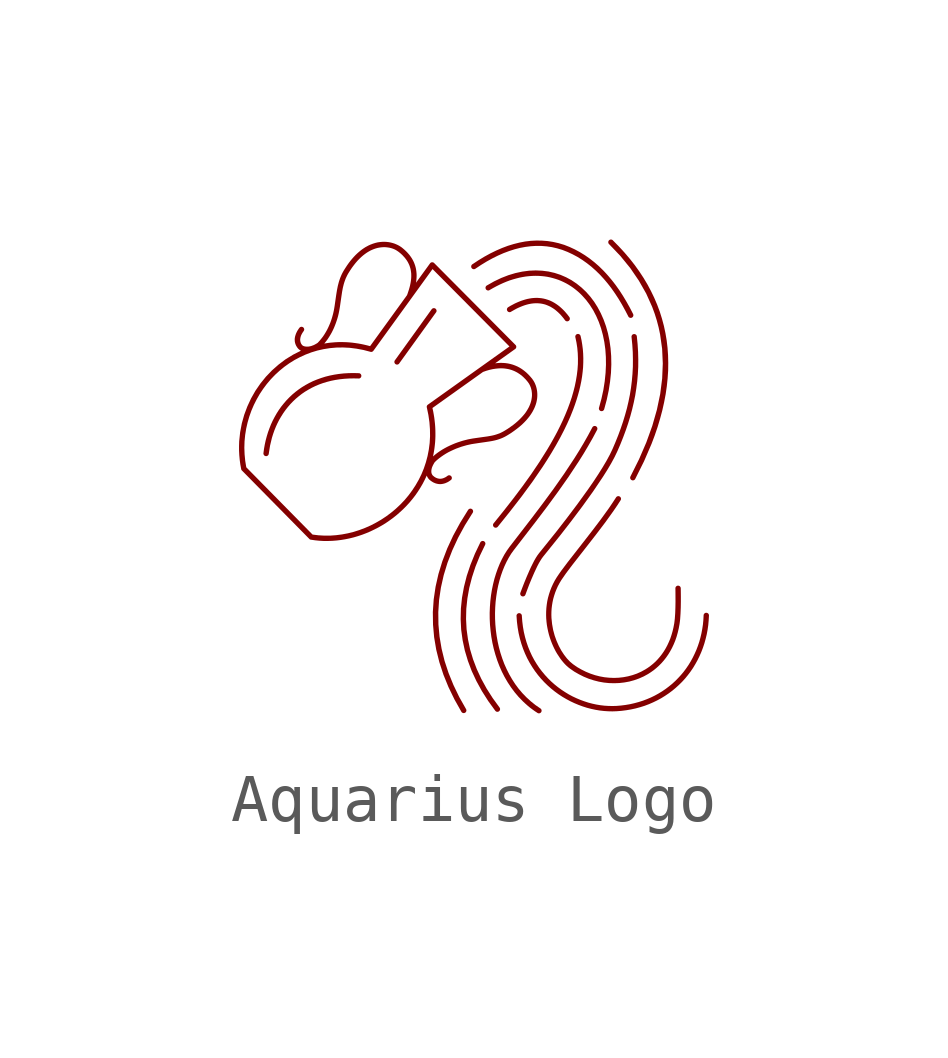
<source format=kicad_sym>
(kicad_symbol_lib
  (version 20241209)
  (generator "kicad_symbol_editor")
  (generator_version "9.0")
  (symbol "Aquarius Logo"
    (property "Reference" "LOGO"
      (at 0.254 -6.35 0)
      (effects (font (size 1.27 1.27)) (hide yes)))
    (symbol "Aquarius Logo_1_0"
      (polyline (pts (xy -2.482 2.233) (xy -2.479 2.233) (xy -2.476 2.233) (xy -2.473 2.232) (xy -2.47 2.232) (xy -2.468 2.231) (xy -2.465 2.23) (xy -2.462 2.229) (xy -2.46 2.228) (xy -2.458 2.227) (xy -2.455 2.225) (xy -2.453 2.224) (xy -2.451 2.223) (xy -2.449 2.221) (xy -2.447 2.219) (xy -2.445 2.217) (xy -2.443 2.215) (xy -2.441 2.213) (xy -2.439 2.211) (xy -2.438 2.209) (xy -2.436 2.207) (xy -2.435 2.204) (xy -2.434 2.202) (xy -2.433 2.2) (xy -2.432 2.197) (xy -2.431 2.194) (xy -2.43 2.192) (xy -2.429 2.189) (xy -2.429 2.186) (xy -2.429 2.183) (xy -2.428 2.181) (xy -2.428 2.178) (xy -2.428 2.175) (xy -2.428 2.172) (xy -2.429 2.169) (xy -2.429 2.167) (xy -2.43 2.164) (xy -2.431 2.161) (xy -2.432 2.159) (xy -2.433 2.156) (xy -2.434 2.153) (xy -2.435 2.151) (xy -2.436 2.149) (xy -2.438 2.146) (xy -2.439 2.144) (xy -2.441 2.142) (xy -2.443 2.14) (xy -2.445 2.138) (xy -2.446 2.136) (xy -2.449 2.134) (xy -2.451 2.133) (xy -2.453 2.131) (xy -2.455 2.13) (xy -2.457 2.128) (xy -2.46 2.127) (xy -2.462 2.126) (xy -2.465 2.125) (xy -2.467 2.124) (xy -2.47 2.123) (xy -2.473 2.123) (xy -2.475 2.122) (xy -2.478 2.122) (xy -2.481 2.122) (xy -2.484 2.122) (xy -2.487 2.122) (xy -2.588 2.124) (xy -2.688 2.122) (xy -2.784 2.116) (xy -2.878 2.106) (xy -2.969 2.092) (xy -3.058 2.074) (xy -3.144 2.052) (xy -3.227 2.027) (xy -3.308 1.998) (xy -3.386 1.965) (xy -3.461 1.929) (xy -3.533 1.889) (xy -3.603 1.847) (xy -3.67 1.801) (xy -3.733 1.752) (xy -3.795 1.7) (xy -3.853 1.645) (xy -3.908 1.588) (xy -3.96 1.528) (xy -4.009 1.466) (xy -4.055 1.401) (xy -4.098 1.333) (xy -4.139 1.264) (xy -4.176 1.192) (xy -4.21 1.118) (xy -4.241 1.042) (xy -4.268 0.965) (xy -4.293 0.885) (xy -4.332 0.722) (xy -4.359 0.553) (xy -4.359 0.55) (xy -4.36 0.547) (xy -4.361 0.544) (xy -4.361 0.542) (xy -4.362 0.539) (xy -4.363 0.536) (xy -4.365 0.534) (xy -4.366 0.532) (xy -4.367 0.529) (xy -4.369 0.527) (xy -4.37 0.525) (xy -4.372 0.523) (xy -4.374 0.521) (xy -4.376 0.519) (xy -4.378 0.517) (xy -4.38 0.515) (xy -4.382 0.514) (xy -4.384 0.512) (xy -4.386 0.511) (xy -4.389 0.509) (xy -4.391 0.508) (xy -4.394 0.507) (xy -4.396 0.506) (xy -4.399 0.505) (xy -4.402 0.505) (xy -4.404 0.504) (xy -4.407 0.504) (xy -4.41 0.503) (xy -4.412 0.503) (xy -4.415 0.503) (xy -4.418 0.503) (xy -4.421 0.504) (xy -4.424 0.504) (xy -4.427 0.505) (xy -4.429 0.505) (xy -4.432 0.506) (xy -4.435 0.507) (xy -4.437 0.508) (xy -4.44 0.509) (xy -4.442 0.51) (xy -4.444 0.512) (xy -4.447 0.513) (xy -4.449 0.515) (xy -4.451 0.517) (xy -4.453 0.519) (xy -4.455 0.52) (xy -4.457 0.522) (xy -4.458 0.524) (xy -4.46 0.527) (xy -4.462 0.529) (xy -4.463 0.531) (xy -4.464 0.533) (xy -4.465 0.536) (xy -4.466 0.538) (xy -4.467 0.541) (xy -4.468 0.544) (xy -4.469 0.546) (xy -4.47 0.549) (xy -4.47 0.552) (xy -4.47 0.554) (xy -4.471 0.557) (xy -4.471 0.56) (xy -4.47 0.563) (xy -4.47 0.566) (xy -4.458 0.656) (xy -4.442 0.746) (xy -4.423 0.833) (xy -4.4 0.919) (xy -4.374 1.004) (xy -4.344 1.086) (xy -4.312 1.167) (xy -4.276 1.245) (xy -4.236 1.321) (xy -4.194 1.395) (xy -4.148 1.467) (xy -4.099 1.536) (xy -4.046 1.602) (xy -3.991 1.666) (xy -3.932 1.727) (xy -3.871 1.785) (xy -3.806 1.84) (xy -3.738 1.892) (xy -3.667 1.941) (xy -3.593 1.986) (xy -3.517 2.028) (xy -3.437 2.067) (xy -3.354 2.101) (xy -3.268 2.132) (xy -3.18 2.16) (xy -3.088 2.183) (xy -2.994 2.202) (xy -2.897 2.217) (xy -2.797 2.228) (xy -2.695 2.234) (xy -2.59 2.236) (xy -2.482 2.233)) (stroke (width -0.0001) (type solid)) (fill (type outline)))
      (polyline (pts (xy -1.898 4.97) (xy -1.855 4.965) (xy -1.814 4.957) (xy -1.775 4.947) (xy -1.737 4.935) (xy -1.703 4.921) (xy -1.67 4.906) (xy -1.64 4.89) (xy -1.613 4.873) (xy -1.588 4.856) (xy -1.561 4.834) (xy -1.535 4.812) (xy -1.511 4.79) (xy -1.488 4.768) (xy -1.466 4.745) (xy -1.446 4.722) (xy -1.426 4.699) (xy -1.409 4.676) (xy -1.392 4.652) (xy -1.376 4.628) (xy -1.362 4.604) (xy -1.349 4.58) (xy -1.337 4.555) (xy -1.326 4.53) (xy -1.317 4.505) (xy -1.308 4.48) (xy -1.302 4.459) (xy -1.296 4.437) (xy -1.291 4.416) (xy -1.287 4.394) (xy -1.284 4.372) (xy -1.281 4.35) (xy -1.279 4.328) (xy -1.277 4.306) (xy -1.276 4.283) (xy -1.276 4.26) (xy -1.277 4.237) (xy -1.278 4.214) (xy -1.28 4.191) (xy -1.282 4.167) (xy -1.285 4.143) (xy -1.289 4.119) (xy -0.996 4.523) (xy -0.994 4.525) (xy -0.992 4.528) (xy -0.99 4.53) (xy -0.988 4.532) (xy -0.986 4.534) (xy -0.983 4.536) (xy -0.981 4.537) (xy -0.978 4.539) (xy -0.975 4.54) (xy -0.973 4.542) (xy -0.97 4.543) (xy -0.967 4.544) (xy -0.964 4.545) (xy -0.961 4.545) (xy -0.958 4.546) (xy -0.955 4.546) (xy -0.952 4.546) (xy -0.949 4.546) (xy -0.946 4.546) (xy -0.943 4.545) (xy -0.94 4.545) (xy -0.937 4.544) (xy -0.934 4.544) (xy -0.931 4.543) (xy -0.928 4.542) (xy -0.926 4.54) (xy -0.923 4.539) (xy -0.92 4.537) (xy -0.918 4.535) (xy -0.916 4.534) (xy -0.913 4.532) (xy -0.911 4.53) (xy 0.786 2.822) (xy 0.788 2.82) (xy 0.79 2.818) (xy 0.792 2.815) (xy 0.793 2.813) (xy 0.795 2.81) (xy 0.796 2.807) (xy 0.798 2.805) (xy 0.799 2.802) (xy 0.8 2.799) (xy 0.801 2.796) (xy 0.801 2.793) (xy 0.802 2.79) (xy 0.802 2.787) (xy 0.802 2.784) (xy 0.802 2.781) (xy 0.802 2.778) (xy 0.802 2.775) (xy 0.801 2.772) (xy 0.8 2.769) (xy 0.8 2.766) (xy 0.799 2.763) (xy 0.797 2.76) (xy 0.796 2.758) (xy 0.795 2.755) (xy 0.793 2.752) (xy 0.792 2.75) (xy 0.79 2.748) (xy 0.788 2.745) (xy 0.786 2.743) (xy 0.784 2.741) (xy 0.781 2.739) (xy 0.779 2.737) (xy 0.361 2.439) (xy 0.416 2.445) (xy 0.471 2.448) (xy 0.524 2.447) (xy 0.577 2.443) (xy 0.628 2.436) (xy 0.679 2.425) (xy 0.729 2.411) (xy 0.778 2.393) (xy 0.827 2.372) (xy 0.874 2.347) (xy 0.919 2.319) (xy 0.964 2.286) (xy 1.008 2.25) (xy 1.051 2.209) (xy 1.092 2.165) (xy 1.133 2.117) (xy 1.161 2.076) (xy 1.174 2.053) (xy 1.187 2.029) (xy 1.198 2.003) (xy 1.209 1.975) (xy 1.218 1.946) (xy 1.226 1.915) (xy 1.232 1.884) (xy 1.237 1.851) (xy 1.24 1.817) (xy 1.241 1.781) (xy 1.24 1.745) (xy 1.237 1.708) (xy 1.231 1.669) (xy 1.223 1.63) (xy 1.212 1.59) (xy 1.198 1.55) (xy 1.181 1.508) (xy 1.161 1.467) (xy 1.138 1.424) (xy 1.111 1.381) (xy 1.081 1.338) (xy 1.047 1.295) (xy 1.01 1.251) (xy 0.968 1.207) (xy 0.922 1.162) (xy 0.871 1.118) (xy 0.816 1.074) (xy 0.757 1.03) (xy 0.693 0.985) (xy 0.624 0.942) (xy 0.585 0.919) (xy 0.547 0.899) (xy 0.51 0.882) (xy 0.473 0.867) (xy 0.435 0.854) (xy 0.398 0.842) (xy 0.359 0.832) (xy 0.319 0.823) (xy 0.277 0.815) (xy 0.234 0.808) (xy 0.14 0.794) (xy 0.035 0.779) (xy -0.084 0.761) (xy -0.133 0.753) (xy -0.184 0.742) (xy -0.236 0.73) (xy -0.289 0.715) (xy -0.343 0.699) (xy -0.396 0.68) (xy -0.451 0.66) (xy -0.504 0.637) (xy -0.558 0.612) (xy -0.611 0.586) (xy -0.662 0.557) (xy -0.713 0.525) (xy -0.761 0.492) (xy -0.808 0.457) (xy -0.853 0.42) (xy -0.896 0.38) (xy -0.897 0.379) (xy -0.914 0.352) (xy -0.928 0.327) (xy -0.94 0.303) (xy -0.95 0.28) (xy -0.958 0.258) (xy -0.963 0.237) (xy -0.967 0.217) (xy -0.969 0.198) (xy -0.969 0.18) (xy -0.968 0.164) (xy -0.965 0.148) (xy -0.96 0.135) (xy -0.954 0.122) (xy -0.947 0.11) (xy -0.939 0.1) (xy -0.929 0.091) (xy -0.923 0.086) (xy -0.916 0.081) (xy -0.909 0.075) (xy -0.902 0.07) (xy -0.894 0.065) (xy -0.886 0.06) (xy -0.877 0.055) (xy -0.868 0.051) (xy -0.859 0.047) (xy -0.849 0.043) (xy -0.839 0.04) (xy -0.828 0.037) (xy -0.823 0.036) (xy -0.817 0.035) (xy -0.812 0.034) (xy -0.806 0.033) (xy -0.8 0.032) (xy -0.794 0.032) (xy -0.788 0.032) (xy -0.782 0.032) (xy -0.774 0.032) (xy -0.765 0.033) (xy -0.757 0.034) (xy -0.748 0.036) (xy -0.739 0.038) (xy -0.73 0.04) (xy -0.721 0.043) (xy -0.711 0.047) (xy -0.702 0.051) (xy -0.692 0.055) (xy -0.682 0.06) (xy -0.672 0.065) (xy -0.662 0.071) (xy -0.652 0.078) (xy -0.642 0.085) (xy -0.631 0.093) (xy -0.629 0.094) (xy -0.626 0.096) (xy -0.624 0.097) (xy -0.622 0.099) (xy -0.619 0.1) (xy -0.617 0.101) (xy -0.614 0.102) (xy -0.611 0.102) (xy -0.609 0.103) (xy -0.606 0.103) (xy -0.603 0.104) (xy -0.601 0.104) (xy -0.598 0.104) (xy -0.595 0.104) (xy -0.593 0.104) (xy -0.59 0.104) (xy -0.587 0.103) (xy -0.585 0.103) (xy -0.582 0.102) (xy -0.579 0.101) (xy -0.577 0.1) (xy -0.574 0.099) (xy -0.572 0.098) (xy -0.57 0.097) (xy -0.567 0.095) (xy -0.565 0.094) (xy -0.563 0.092) (xy -0.561 0.09) (xy -0.558 0.088) (xy -0.556 0.086) (xy -0.555 0.084) (xy -0.553 0.082) (xy -0.551 0.08) (xy -0.55 0.077) (xy -0.548 0.075) (xy -0.547 0.072) (xy -0.546 0.07) (xy -0.545 0.067) (xy -0.544 0.065) (xy -0.543 0.062) (xy -0.543 0.059) (xy -0.542 0.057) (xy -0.542 0.054) (xy -0.541 0.051) (xy -0.541 0.049) (xy -0.541 0.046) (xy -0.542 0.043) (xy -0.542 0.041) (xy -0.542 0.038) (xy -0.543 0.035) (xy -0.544 0.033) (xy -0.544 0.03) (xy -0.545 0.028) (xy -0.546 0.025) (xy -0.548 0.023) (xy -0.549 0.02) (xy -0.55 0.018) (xy -0.552 0.016) (xy -0.553 0.013) (xy -0.555 0.011) (xy -0.557 0.009) (xy -0.559 0.007) (xy -0.561 0.005) (xy -0.564 0.004) (xy -0.579 -0.007) (xy -0.593 -0.017) (xy -0.608 -0.027) (xy -0.622 -0.035) (xy -0.637 -0.043) (xy -0.651 -0.049) (xy -0.665 -0.055) (xy -0.678 -0.061) (xy -0.692 -0.065) (xy -0.705 -0.069) (xy -0.718 -0.072) (xy -0.731 -0.075) (xy -0.744 -0.077) (xy -0.756 -0.079) (xy -0.768 -0.08) (xy -0.78 -0.08) (xy -0.798 -0.08) (xy -0.816 -0.079) (xy -0.833 -0.076) (xy -0.849 -0.073) (xy -0.865 -0.069) (xy -0.88 -0.065) (xy -0.895 -0.059) (xy -0.909 -0.053) (xy -0.923 -0.047) (xy -0.936 -0.04) (xy -0.948 -0.033) (xy -0.96 -0.025) (xy -0.971 -0.018) (xy -0.982 -0.01) (xy -0.992 -0.002) (xy -1.001 0.005) (xy -1.006 0.009) (xy -1.011 0.014) (xy -1.016 0.018) (xy -1.02 0.023) (xy -1.025 0.029) (xy -1.029 0.034) (xy -1.033 0.039) (xy -1.038 0.045) (xy -1.042 0.051) (xy -1.045 0.057) (xy -1.049 0.063) (xy -1.053 0.07) (xy -1.056 0.077) (xy -1.059 0.084) (xy -1.062 0.091) (xy -1.065 0.098) (xy -1.106 0.011) (xy -1.15 -0.074) (xy -1.198 -0.156) (xy -1.249 -0.236) (xy -1.303 -0.314) (xy -1.361 -0.389) (xy -1.421 -0.461) (xy -1.484 -0.53) (xy -1.55 -0.597) (xy -1.619 -0.661) (xy -1.689 -0.723) (xy -1.762 -0.781) (xy -1.837 -0.836) (xy -1.914 -0.889) (xy -1.993 -0.938) (xy -2.074 -0.984) (xy -2.156 -1.026) (xy -2.239 -1.066) (xy -2.324 -1.102) (xy -2.41 -1.135) (xy -2.497 -1.164) (xy -2.585 -1.19) (xy -2.674 -1.212) (xy -2.763 -1.23) (xy -2.853 -1.245) (xy -2.943 -1.256) (xy -3.033 -1.263) (xy -3.123 -1.266) (xy -3.214 -1.266) (xy -3.304 -1.261) (xy -3.393 -1.252) (xy -3.483 -1.239) (xy -3.485 -1.239) (xy -3.487 -1.238) (xy -3.489 -1.238) (xy -3.491 -1.237) (xy -3.493 -1.236) (xy -3.495 -1.236) (xy -3.497 -1.235) (xy -3.499 -1.234) (xy -3.501 -1.233) (xy -3.503 -1.232) (xy -3.505 -1.23) (xy -3.507 -1.229) (xy -3.508 -1.228) (xy -3.51 -1.226) (xy -3.512 -1.225) (xy -3.513 -1.223) (xy -4.919 0.204) (xy -4.921 0.206) (xy -4.922 0.207) (xy -4.923 0.209) (xy -4.925 0.21) (xy -4.926 0.212) (xy -4.927 0.214) (xy -4.928 0.215) (xy -4.929 0.217) (xy -4.93 0.219) (xy -4.931 0.221) (xy -4.931 0.223) (xy -4.932 0.225) (xy -4.933 0.226) (xy -4.933 0.228) (xy -4.934 0.23) (xy -4.934 0.232) (xy -4.952 0.33) (xy -4.965 0.427) (xy -4.974 0.524) (xy -4.979 0.621) (xy -4.979 0.679) (xy -4.868 0.679) (xy -4.863 0.543) (xy -4.85 0.407) (xy -4.828 0.271) (xy -3.446 -1.132) (xy -3.324 -1.147) (xy -3.201 -1.154) (xy -3.078 -1.154) (xy -2.955 -1.145) (xy -2.832 -1.129) (xy -2.71 -1.106) (xy -2.589 -1.076) (xy -2.47 -1.038) (xy -2.353 -0.994) (xy -2.237 -0.943) (xy -2.125 -0.885) (xy -2.016 -0.822) (xy -1.91 -0.752) (xy -1.808 -0.676) (xy -1.71 -0.594) (xy -1.617 -0.507) (xy -1.528 -0.414) (xy -1.446 -0.316) (xy -1.369 -0.212) (xy -1.298 -0.104) (xy -1.233 0.009) (xy -1.175 0.126) (xy -1.125 0.248) (xy -1.083 0.374) (xy -1.048 0.505) (xy -1.022 0.639) (xy -1.004 0.777) (xy -0.996 0.919) (xy -0.998 1.064) (xy -1.009 1.212) (xy -1.031 1.363) (xy -1.061 1.507) (xy -0.946 1.507) (xy -0.931 1.44) (xy -0.919 1.373) (xy -0.908 1.306) (xy -0.9 1.241) (xy -0.893 1.175) (xy -0.888 1.111) (xy -0.885 1.046) (xy -0.884 0.983) (xy -0.884 0.92) (xy -0.886 0.858) (xy -0.89 0.796) (xy -0.896 0.735) (xy -0.903 0.674) (xy -0.912 0.615) (xy -0.922 0.556) (xy -0.934 0.497) (xy -0.889 0.536) (xy -0.842 0.572) (xy -0.792 0.607) (xy -0.742 0.639) (xy -0.69 0.669) (xy -0.636 0.698) (xy -0.582 0.724) (xy -0.528 0.748) (xy -0.473 0.771) (xy -0.418 0.791) (xy -0.363 0.809) (xy -0.309 0.826) (xy -0.255 0.84) (xy -0.203 0.853) (xy -0.151 0.863) (xy -0.101 0.872) (xy 0.011 0.888) (xy 0.11 0.902) (xy 0.198 0.914) (xy 0.278 0.928) (xy 0.316 0.936) (xy 0.352 0.945) (xy 0.388 0.956) (xy 0.423 0.968) (xy 0.459 0.981) (xy 0.494 0.998) (xy 0.529 1.016) (xy 0.565 1.037) (xy 0.626 1.075) (xy 0.682 1.114) (xy 0.735 1.152) (xy 0.783 1.19) (xy 0.828 1.229) (xy 0.869 1.267) (xy 0.906 1.305) (xy 0.941 1.343) (xy 0.972 1.38) (xy 1 1.417) (xy 1.024 1.454) (xy 1.046 1.491) (xy 1.065 1.526) (xy 1.081 1.562) (xy 1.095 1.597) (xy 1.106 1.631) (xy 1.115 1.664) (xy 1.121 1.697) (xy 1.126 1.729) (xy 1.129 1.76) (xy 1.129 1.79) (xy 1.128 1.819) (xy 1.121 1.874) (xy 1.108 1.925) (xy 1.09 1.971) (xy 1.069 2.012) (xy 1.044 2.048) (xy 1.021 2.076) (xy 0.998 2.103) (xy 0.973 2.128) (xy 0.949 2.152) (xy 0.924 2.174) (xy 0.898 2.195) (xy 0.872 2.214) (xy 0.846 2.231) (xy 0.819 2.248) (xy 0.792 2.262) (xy 0.764 2.276) (xy 0.737 2.287) (xy 0.708 2.298) (xy 0.679 2.307) (xy 0.65 2.315) (xy 0.621 2.321) (xy 0.591 2.326) (xy 0.561 2.33) (xy 0.531 2.333) (xy 0.5 2.334) (xy 0.469 2.334) (xy 0.438 2.333) (xy 0.374 2.327) (xy 0.309 2.317) (xy 0.243 2.302) (xy 0.177 2.283) (xy 0.109 2.259) (xy -0.946 1.507) (xy -1.061 1.507) (xy -1.063 1.517) (xy -1.064 1.522) (xy -1.065 1.526) (xy -1.065 1.53) (xy -1.065 1.534) (xy -1.065 1.538) (xy -1.064 1.542) (xy -1.063 1.546) (xy -1.062 1.55) (xy -1.06 1.554) (xy -1.058 1.558) (xy -1.056 1.561) (xy -1.054 1.565) (xy -1.051 1.568) (xy -1.048 1.571) (xy -1.045 1.574) (xy -1.042 1.576) (xy 0.66 2.79) (xy -0.944 4.404) (xy -2.178 2.699) (xy -2.18 2.698) (xy -2.181 2.696) (xy -2.183 2.694) (xy -2.184 2.693) (xy -2.186 2.691) (xy -2.187 2.69) (xy -2.189 2.688) (xy -2.191 2.687) (xy -2.192 2.686) (xy -2.194 2.685) (xy -2.196 2.684) (xy -2.198 2.683) (xy -2.2 2.682) (xy -2.202 2.681) (xy -2.204 2.68) (xy -2.206 2.679) (xy -2.208 2.679) (xy -2.21 2.678) (xy -2.212 2.678) (xy -2.214 2.677) (xy -2.216 2.677) (xy -2.218 2.676) (xy -2.22 2.676) (xy -2.223 2.676) (xy -2.225 2.676) (xy -2.227 2.676) (xy -2.229 2.676) (xy -2.231 2.677) (xy -2.233 2.677) (xy -2.235 2.678) (xy -2.238 2.678) (xy -2.24 2.679) (xy -2.386 2.717) (xy -2.53 2.744) (xy -2.672 2.762) (xy -2.812 2.769) (xy -2.95 2.767) (xy -3.084 2.755) (xy -3.216 2.734) (xy -3.345 2.705) (xy -3.47 2.667) (xy -3.591 2.621) (xy -3.709 2.567) (xy -3.822 2.507) (xy -3.931 2.439) (xy -4.035 2.365) (xy -4.134 2.284) (xy -4.229 2.197) (xy -4.317 2.105) (xy -4.4 2.007) (xy -4.477 1.904) (xy -4.548 1.797) (xy -4.612 1.685) (xy -4.67 1.57) (xy -4.721 1.451) (xy -4.765 1.328) (xy -4.801 1.203) (xy -4.83 1.075) (xy -4.851 0.945) (xy -4.864 0.812) (xy -4.868 0.679) (xy -4.979 0.679) (xy -4.979 0.717) (xy -4.976 0.813) (xy -4.956 1.001) (xy -4.921 1.186) (xy -4.871 1.365) (xy -4.806 1.539) (xy -4.728 1.707) (xy -4.637 1.867) (xy -4.533 2.018) (xy -4.418 2.16) (xy -4.291 2.292) (xy -4.154 2.413) (xy -4.008 2.523) (xy -3.852 2.619) (xy -3.688 2.702) (xy -3.692 2.704) (xy -3.697 2.707) (xy -3.701 2.709) (xy -3.706 2.712) (xy -3.71 2.714) (xy -3.714 2.717) (xy -3.718 2.72) (xy -3.722 2.723) (xy -3.726 2.726) (xy -3.729 2.729) (xy -3.733 2.732) (xy -3.736 2.735) (xy -3.74 2.738) (xy -3.743 2.741) (xy -3.746 2.744) (xy -3.749 2.748) (xy -3.761 2.763) (xy -3.773 2.78) (xy -3.784 2.799) (xy -3.79 2.809) (xy -3.794 2.819) (xy -3.799 2.83) (xy -3.803 2.841) (xy -3.807 2.853) (xy -3.81 2.864) (xy -3.813 2.877) (xy -3.815 2.889) (xy -3.817 2.902) (xy -3.817 2.916) (xy -3.818 2.929) (xy -3.818 2.943) (xy -3.817 2.958) (xy -3.815 2.973) (xy -3.812 2.988) (xy -3.809 3.003) (xy -3.804 3.019) (xy -3.799 3.035) (xy -3.793 3.052) (xy -3.786 3.069) (xy -3.778 3.086) (xy -3.769 3.104) (xy -3.759 3.122) (xy -3.747 3.14) (xy -3.735 3.159) (xy -3.721 3.178) (xy -3.719 3.18) (xy -3.717 3.183) (xy -3.716 3.184) (xy -3.713 3.186) (xy -3.711 3.188) (xy -3.709 3.19) (xy -3.707 3.192) (xy -3.704 3.193) (xy -3.702 3.194) (xy -3.7 3.195) (xy -3.697 3.196) (xy -3.695 3.197) (xy -3.692 3.198) (xy -3.69 3.199) (xy -3.687 3.2) (xy -3.684 3.2) (xy -3.682 3.2) (xy -3.679 3.2) (xy -3.676 3.201) (xy -3.674 3.2) (xy -3.671 3.2) (xy -3.668 3.2) (xy -3.666 3.2) (xy -3.663 3.199) (xy -3.66 3.198) (xy -3.658 3.197) (xy -3.655 3.196) (xy -3.652 3.195) (xy -3.65 3.194) (xy -3.647 3.193) (xy -3.645 3.191) (xy -3.643 3.189) (xy -3.64 3.188) (xy -3.638 3.186) (xy -3.636 3.184) (xy -3.634 3.182) (xy -3.633 3.18) (xy -3.631 3.178) (xy -3.629 3.175) (xy -3.628 3.173) (xy -3.627 3.171) (xy -3.625 3.168) (xy -3.624 3.166) (xy -3.623 3.163) (xy -3.623 3.161) (xy -3.622 3.158) (xy -3.621 3.155) (xy -3.621 3.153) (xy -3.62 3.15) (xy -3.62 3.147) (xy -3.62 3.145) (xy -3.62 3.142) (xy -3.62 3.139) (xy -3.621 3.137) (xy -3.621 3.134) (xy -3.622 3.131) (xy -3.623 3.129) (xy -3.623 3.126) (xy -3.624 3.123) (xy -3.626 3.121) (xy -3.627 3.118) (xy -3.628 3.116) (xy -3.63 3.114) (xy -3.631 3.111) (xy -3.649 3.086) (xy -3.664 3.061) (xy -3.677 3.037) (xy -3.687 3.015) (xy -3.694 2.993) (xy -3.699 2.972) (xy -3.702 2.953) (xy -3.704 2.934) (xy -3.703 2.916) (xy -3.701 2.899) (xy -3.697 2.884) (xy -3.693 2.869) (xy -3.687 2.855) (xy -3.68 2.842) (xy -3.672 2.831) (xy -3.664 2.82) (xy -3.661 2.817) (xy -3.657 2.814) (xy -3.654 2.811) (xy -3.65 2.808) (xy -3.646 2.806) (xy -3.642 2.803) (xy -3.637 2.801) (xy -3.632 2.799) (xy -3.627 2.797) (xy -3.622 2.795) (xy -3.616 2.794) (xy -3.61 2.792) (xy -3.604 2.791) (xy -3.598 2.79) (xy -3.592 2.789) (xy -3.586 2.788) (xy -3.573 2.787) (xy -3.56 2.787) (xy -3.546 2.787) (xy -3.532 2.788) (xy -3.517 2.79) (xy -3.502 2.793) (xy -3.487 2.796) (xy -3.472 2.8) (xy -3.456 2.806) (xy -3.44 2.812) (xy -3.423 2.818) (xy -3.407 2.826) (xy -3.39 2.835) (xy -3.373 2.845) (xy -3.362 2.851) (xy -3.201 2.851) (xy -3.145 2.86) (xy -3.088 2.868) (xy -3.031 2.873) (xy -2.973 2.878) (xy -2.914 2.881) (xy -2.856 2.882) (xy -2.796 2.881) (xy -2.737 2.879) (xy -2.676 2.875) (xy -2.616 2.869) (xy -2.555 2.861) (xy -2.494 2.852) (xy -2.432 2.841) (xy -2.371 2.828) (xy -2.308 2.813) (xy -2.246 2.797) (xy -1.476 3.86) (xy -1.461 3.901) (xy -1.448 3.941) (xy -1.435 3.981) (xy -1.424 4.02) (xy -1.414 4.058) (xy -1.406 4.096) (xy -1.399 4.134) (xy -1.394 4.17) (xy -1.39 4.207) (xy -1.388 4.242) (xy -1.388 4.278) (xy -1.389 4.312) (xy -1.393 4.346) (xy -1.398 4.38) (xy -1.405 4.413) (xy -1.415 4.446) (xy -1.422 4.468) (xy -1.43 4.489) (xy -1.44 4.51) (xy -1.45 4.531) (xy -1.461 4.552) (xy -1.474 4.573) (xy -1.487 4.593) (xy -1.502 4.613) (xy -1.517 4.633) (xy -1.534 4.653) (xy -1.552 4.672) (xy -1.57 4.692) (xy -1.59 4.711) (xy -1.611 4.73) (xy -1.633 4.748) (xy -1.657 4.767) (xy -1.693 4.791) (xy -1.713 4.803) (xy -1.735 4.814) (xy -1.758 4.824) (xy -1.783 4.833) (xy -1.809 4.841) (xy -1.837 4.848) (xy -1.865 4.853) (xy -1.895 4.857) (xy -1.925 4.86) (xy -1.957 4.861) (xy -1.99 4.859) (xy -2.023 4.856) (xy -2.057 4.851) (xy -2.092 4.844) (xy -2.128 4.834) (xy -2.164 4.822) (xy -2.201 4.807) (xy -2.238 4.79) (xy -2.276 4.769) (xy -2.314 4.746) (xy -2.352 4.719) (xy -2.391 4.689) (xy -2.429 4.656) (xy -2.468 4.619) (xy -2.507 4.579) (xy -2.546 4.534) (xy -2.584 4.486) (xy -2.623 4.434) (xy -2.661 4.377) (xy -2.699 4.317) (xy -2.72 4.28) (xy -2.738 4.243) (xy -2.755 4.207) (xy -2.769 4.169) (xy -2.782 4.132) (xy -2.794 4.093) (xy -2.804 4.054) (xy -2.814 4.013) (xy -2.822 3.971) (xy -2.83 3.928) (xy -2.844 3.834) (xy -2.875 3.619) (xy -2.883 3.571) (xy -2.892 3.522) (xy -2.902 3.473) (xy -2.914 3.423) (xy -2.928 3.374) (xy -2.944 3.324) (xy -2.961 3.275) (xy -2.98 3.225) (xy -3 3.176) (xy -3.023 3.127) (xy -3.047 3.079) (xy -3.074 3.032) (xy -3.103 2.985) (xy -3.133 2.939) (xy -3.166 2.895) (xy -3.201 2.851) (xy -3.362 2.851) (xy -3.355 2.855) (xy -3.338 2.867) (xy -3.299 2.909) (xy -3.263 2.953) (xy -3.229 2.997) (xy -3.198 3.043) (xy -3.169 3.091) (xy -3.142 3.139) (xy -3.118 3.188) (xy -3.096 3.237) (xy -3.075 3.287) (xy -3.057 3.337) (xy -3.041 3.387) (xy -3.027 3.437) (xy -3.014 3.487) (xy -3.003 3.537) (xy -2.994 3.586) (xy -2.986 3.635) (xy -2.953 3.864) (xy -2.937 3.962) (xy -2.919 4.053) (xy -2.908 4.096) (xy -2.897 4.138) (xy -2.884 4.178) (xy -2.87 4.218) (xy -2.854 4.257) (xy -2.837 4.296) (xy -2.817 4.335) (xy -2.795 4.374) (xy -2.76 4.429) (xy -2.726 4.481) (xy -2.692 4.529) (xy -2.657 4.575) (xy -2.622 4.617) (xy -2.587 4.657) (xy -2.552 4.694) (xy -2.517 4.728) (xy -2.482 4.759) (xy -2.447 4.788) (xy -2.412 4.815) (xy -2.377 4.839) (xy -2.343 4.861) (xy -2.308 4.88) (xy -2.274 4.898) (xy -2.24 4.913) (xy -2.188 4.933) (xy -2.137 4.949) (xy -2.087 4.961) (xy -2.037 4.968) (xy -1.99 4.972) (xy -1.943 4.973) (xy -1.898 4.97)) (stroke (width -0.0001) (type solid)) (fill (type outline)))
      (polyline (pts (xy -0.914 3.589) (xy -0.912 3.589) (xy -0.909 3.589) (xy -0.906 3.588) (xy -0.904 3.588) (xy -0.901 3.587) (xy -0.898 3.586) (xy -0.896 3.585) (xy -0.893 3.584) (xy -0.891 3.583) (xy -0.888 3.582) (xy -0.886 3.58) (xy -0.883 3.579) (xy -0.881 3.577) (xy -0.879 3.575) (xy -0.877 3.573) (xy -0.875 3.571) (xy -0.873 3.569) (xy -0.871 3.567) (xy -0.87 3.565) (xy -0.868 3.562) (xy -0.867 3.56) (xy -0.866 3.558) (xy -0.865 3.555) (xy -0.864 3.553) (xy -0.863 3.55) (xy -0.862 3.547) (xy -0.861 3.545) (xy -0.861 3.542) (xy -0.861 3.539) (xy -0.86 3.537) (xy -0.86 3.534) (xy -0.86 3.531) (xy -0.86 3.529) (xy -0.861 3.526) (xy -0.861 3.523) (xy -0.862 3.521) (xy -0.862 3.518) (xy -0.863 3.515) (xy -0.864 3.513) (xy -0.865 3.51) (xy -0.866 3.508) (xy -0.868 3.505) (xy -0.869 3.503) (xy -0.871 3.501) (xy -1.639 2.436) (xy -1.64 2.433) (xy -1.642 2.431) (xy -1.644 2.429) (xy -1.646 2.427) (xy -1.648 2.425) (xy -1.65 2.424) (xy -1.653 2.422) (xy -1.655 2.42) (xy -1.657 2.419) (xy -1.66 2.418) (xy -1.662 2.417) (xy -1.665 2.416) (xy -1.667 2.415) (xy -1.67 2.414) (xy -1.672 2.413) (xy -1.675 2.413) (xy -1.678 2.413) (xy -1.68 2.412) (xy -1.683 2.412) (xy -1.686 2.412) (xy -1.688 2.413) (xy -1.691 2.413) (xy -1.694 2.413) (xy -1.696 2.414) (xy -1.699 2.414) (xy -1.702 2.415) (xy -1.704 2.416) (xy -1.707 2.417) (xy -1.709 2.418) (xy -1.712 2.42) (xy -1.714 2.421) (xy -1.717 2.423) (xy -1.719 2.425) (xy -1.721 2.426) (xy -1.723 2.428) (xy -1.725 2.43) (xy -1.727 2.432) (xy -1.729 2.435) (xy -1.73 2.437) (xy -1.732 2.439) (xy -1.733 2.442) (xy -1.734 2.444) (xy -1.735 2.446) (xy -1.736 2.449) (xy -1.737 2.451) (xy -1.738 2.454) (xy -1.739 2.457) (xy -1.739 2.459) (xy -1.74 2.462) (xy -1.74 2.465) (xy -1.74 2.467) (xy -1.74 2.47) (xy -1.74 2.473) (xy -1.739 2.475) (xy -1.739 2.478) (xy -1.738 2.481) (xy -1.738 2.483) (xy -1.737 2.486) (xy -1.736 2.489) (xy -1.735 2.491) (xy -1.734 2.494) (xy -1.732 2.496) (xy -1.731 2.499) (xy -1.729 2.501) (xy -0.962 3.566) (xy -0.96 3.568) (xy -0.958 3.57) (xy -0.956 3.572) (xy -0.954 3.574) (xy -0.952 3.576) (xy -0.95 3.578) (xy -0.948 3.58) (xy -0.945 3.581) (xy -0.943 3.582) (xy -0.94 3.584) (xy -0.938 3.585) (xy -0.935 3.586) (xy -0.933 3.587) (xy -0.93 3.587) (xy -0.928 3.588) (xy -0.925 3.588) (xy -0.922 3.589) (xy -0.92 3.589) (xy -0.917 3.589) (xy -0.914 3.589)) (stroke (width -0.0001) (type solid)) (fill (type outline)))
      (polyline (pts (xy -0.152 -0.591) (xy -0.149 -0.592) (xy -0.146 -0.592) (xy -0.144 -0.592) (xy -0.141 -0.593) (xy -0.138 -0.594) (xy -0.136 -0.594) (xy -0.133 -0.595) (xy -0.131 -0.596) (xy -0.128 -0.598) (xy -0.126 -0.599) (xy -0.123 -0.601) (xy -0.121 -0.602) (xy -0.118 -0.604) (xy -0.116 -0.606) (xy -0.114 -0.608) (xy -0.112 -0.61) (xy -0.111 -0.612) (xy -0.109 -0.614) (xy -0.107 -0.616) (xy -0.106 -0.619) (xy -0.105 -0.621) (xy -0.103 -0.623) (xy -0.102 -0.626) (xy -0.101 -0.628) (xy -0.101 -0.631) (xy -0.1 -0.633) (xy -0.099 -0.636) (xy -0.099 -0.639) (xy -0.098 -0.641) (xy -0.098 -0.644) (xy -0.098 -0.647) (xy -0.098 -0.649) (xy -0.098 -0.652) (xy -0.099 -0.655) (xy -0.099 -0.657) (xy -0.1 -0.66) (xy -0.1 -0.663) (xy -0.101 -0.665) (xy -0.102 -0.668) (xy -0.103 -0.671) (xy -0.104 -0.673) (xy -0.106 -0.676) (xy -0.107 -0.678) (xy -0.27 -0.94) (xy -0.412 -1.201) (xy -0.532 -1.461) (xy -0.632 -1.72) (xy -0.711 -1.979) (xy -0.769 -2.236) (xy -0.807 -2.493) (xy -0.824 -2.749) (xy -0.821 -3.005) (xy -0.798 -3.259) (xy -0.755 -3.513) (xy -0.693 -3.766) (xy -0.61 -4.018) (xy -0.508 -4.269) (xy -0.387 -4.52) (xy -0.246 -4.77) (xy -0.245 -4.772) (xy -0.243 -4.775) (xy -0.242 -4.777) (xy -0.241 -4.78) (xy -0.24 -4.783) (xy -0.24 -4.785) (xy -0.239 -4.788) (xy -0.239 -4.791) (xy -0.238 -4.793) (xy -0.238 -4.796) (xy -0.238 -4.799) (xy -0.238 -4.802) (xy -0.238 -4.804) (xy -0.239 -4.807) (xy -0.239 -4.81) (xy -0.24 -4.812) (xy -0.24 -4.815) (xy -0.241 -4.817) (xy -0.242 -4.82) (xy -0.243 -4.822) (xy -0.244 -4.825) (xy -0.246 -4.827) (xy -0.247 -4.829) (xy -0.249 -4.832) (xy -0.25 -4.834) (xy -0.252 -4.836) (xy -0.254 -4.838) (xy -0.256 -4.84) (xy -0.258 -4.842) (xy -0.26 -4.843) (xy -0.263 -4.845) (xy -0.265 -4.847) (xy -0.268 -4.848) (xy -0.27 -4.849) (xy -0.273 -4.851) (xy -0.275 -4.851) (xy -0.278 -4.852) (xy -0.281 -4.853) (xy -0.283 -4.854) (xy -0.286 -4.854) (xy -0.289 -4.854) (xy -0.291 -4.855) (xy -0.294 -4.855) (xy -0.297 -4.855) (xy -0.299 -4.854) (xy -0.302 -4.854) (xy -0.305 -4.854) (xy -0.307 -4.853) (xy -0.31 -4.852) (xy -0.313 -4.851) (xy -0.315 -4.851) (xy -0.318 -4.849) (xy -0.32 -4.848) (xy -0.322 -4.847) (xy -0.325 -4.846) (xy -0.327 -4.844) (xy -0.329 -4.842) (xy -0.331 -4.84) (xy -0.333 -4.839) (xy -0.335 -4.837) (xy -0.337 -4.835) (xy -0.339 -4.832) (xy -0.34 -4.83) (xy -0.342 -4.828) (xy -0.487 -4.57) (xy -0.612 -4.312) (xy -0.717 -4.054) (xy -0.802 -3.794) (xy -0.867 -3.534) (xy -0.911 -3.273) (xy -0.934 -3.011) (xy -0.938 -2.748) (xy -0.92 -2.484) (xy -0.881 -2.22) (xy -0.821 -1.955) (xy -0.74 -1.689) (xy -0.638 -1.422) (xy -0.514 -1.154) (xy -0.368 -0.886) (xy -0.201 -0.616) (xy -0.199 -0.614) (xy -0.197 -0.612) (xy -0.195 -0.61) (xy -0.193 -0.608) (xy -0.191 -0.606) (xy -0.189 -0.604) (xy -0.187 -0.602) (xy -0.185 -0.601) (xy -0.183 -0.599) (xy -0.18 -0.598) (xy -0.178 -0.597) (xy -0.175 -0.596) (xy -0.173 -0.595) (xy -0.17 -0.594) (xy -0.168 -0.593) (xy -0.165 -0.592) (xy -0.163 -0.592) (xy -0.16 -0.592) (xy -0.157 -0.591) (xy -0.154 -0.591) (xy -0.152 -0.591)) (stroke (width -0.0001) (type solid)) (fill (type outline)))
      (polyline (pts (xy 0.104 -1.265) (xy 0.106 -1.265) (xy 0.109 -1.266) (xy 0.112 -1.266) (xy 0.115 -1.266) (xy 0.117 -1.267) (xy 0.12 -1.268) (xy 0.123 -1.269) (xy 0.125 -1.27) (xy 0.128 -1.271) (xy 0.13 -1.273) (xy 0.133 -1.274) (xy 0.135 -1.276) (xy 0.137 -1.278) (xy 0.14 -1.279) (xy 0.141 -1.281) (xy 0.143 -1.283) (xy 0.145 -1.285) (xy 0.147 -1.287) (xy 0.148 -1.29) (xy 0.15 -1.292) (xy 0.151 -1.294) (xy 0.152 -1.296) (xy 0.154 -1.299) (xy 0.155 -1.301) (xy 0.155 -1.304) (xy 0.156 -1.306) (xy 0.157 -1.309) (xy 0.157 -1.312) (xy 0.158 -1.314) (xy 0.158 -1.317) (xy 0.158 -1.32) (xy 0.158 -1.323) (xy 0.158 -1.325) (xy 0.158 -1.328) (xy 0.157 -1.331) (xy 0.157 -1.333) (xy 0.156 -1.336) (xy 0.155 -1.339) (xy 0.154 -1.341) (xy 0.153 -1.344) (xy 0.152 -1.347) (xy 0.043 -1.574) (xy -0.048 -1.799) (xy -0.121 -2.022) (xy -0.178 -2.243) (xy -0.217 -2.462) (xy -0.24 -2.679) (xy -0.245 -2.893) (xy -0.234 -3.106) (xy -0.205 -3.317) (xy -0.161 -3.526) (xy -0.099 -3.733) (xy -0.021 -3.938) (xy 0.073 -4.141) (xy 0.183 -4.342) (xy 0.31 -4.541) (xy 0.453 -4.738) (xy 0.454 -4.74) (xy 0.456 -4.743) (xy 0.457 -4.745) (xy 0.459 -4.748) (xy 0.46 -4.75) (xy 0.461 -4.753) (xy 0.462 -4.755) (xy 0.462 -4.758) (xy 0.463 -4.761) (xy 0.464 -4.763) (xy 0.464 -4.766) (xy 0.464 -4.769) (xy 0.464 -4.771) (xy 0.464 -4.774) (xy 0.464 -4.777) (xy 0.464 -4.779) (xy 0.463 -4.782) (xy 0.463 -4.785) (xy 0.462 -4.787) (xy 0.461 -4.79) (xy 0.46 -4.792) (xy 0.459 -4.795) (xy 0.458 -4.797) (xy 0.457 -4.8) (xy 0.456 -4.802) (xy 0.454 -4.804) (xy 0.452 -4.806) (xy 0.451 -4.809) (xy 0.449 -4.811) (xy 0.447 -4.813) (xy 0.445 -4.815) (xy 0.442 -4.816) (xy 0.44 -4.818) (xy 0.438 -4.82) (xy 0.435 -4.821) (xy 0.433 -4.822) (xy 0.43 -4.824) (xy 0.428 -4.825) (xy 0.425 -4.825) (xy 0.422 -4.826) (xy 0.42 -4.827) (xy 0.417 -4.827) (xy 0.414 -4.828) (xy 0.412 -4.828) (xy 0.409 -4.828) (xy 0.406 -4.828) (xy 0.404 -4.828) (xy 0.401 -4.827) (xy 0.398 -4.827) (xy 0.396 -4.827) (xy 0.393 -4.826) (xy 0.391 -4.825) (xy 0.388 -4.824) (xy 0.386 -4.823) (xy 0.383 -4.822) (xy 0.381 -4.821) (xy 0.378 -4.819) (xy 0.376 -4.818) (xy 0.374 -4.816) (xy 0.372 -4.814) (xy 0.37 -4.812) (xy 0.368 -4.811) (xy 0.366 -4.808) (xy 0.364 -4.806) (xy 0.216 -4.602) (xy 0.085 -4.396) (xy -0.029 -4.188) (xy -0.127 -3.978) (xy -0.207 -3.765) (xy -0.271 -3.551) (xy -0.317 -3.335) (xy -0.347 -3.117) (xy -0.358 -2.897) (xy -0.353 -2.674) (xy -0.33 -2.45) (xy -0.289 -2.223) (xy -0.231 -1.994) (xy -0.154 -1.764) (xy -0.06 -1.531) (xy 0.052 -1.296) (xy 0.054 -1.293) (xy 0.055 -1.29) (xy 0.057 -1.288) (xy 0.059 -1.286) (xy 0.06 -1.284) (xy 0.062 -1.282) (xy 0.064 -1.28) (xy 0.066 -1.278) (xy 0.069 -1.276) (xy 0.071 -1.275) (xy 0.073 -1.273) (xy 0.075 -1.272) (xy 0.078 -1.271) (xy 0.08 -1.27) (xy 0.083 -1.269) (xy 0.085 -1.268) (xy 0.088 -1.267) (xy 0.09 -1.266) (xy 0.093 -1.266) (xy 0.096 -1.266) (xy 0.098 -1.265) (xy 0.101 -1.265) (xy 0.104 -1.265)) (stroke (width -0.0001) (type solid)) (fill (type outline)))
      (polyline (pts (xy 1.248 3.803) (xy 1.288 3.8) (xy 1.328 3.796) (xy 1.368 3.789) (xy 1.407 3.78) (xy 1.446 3.768) (xy 1.485 3.755) (xy 1.523 3.739) (xy 1.561 3.72) (xy 1.598 3.699) (xy 1.634 3.676) (xy 1.67 3.651) (xy 1.706 3.623) (xy 1.741 3.592) (xy 1.776 3.559) (xy 1.81 3.524) (xy 1.843 3.486) (xy 1.876 3.446) (xy 1.909 3.403) (xy 1.91 3.4) (xy 1.912 3.398) (xy 1.913 3.396) (xy 1.914 3.393) (xy 1.915 3.39) (xy 1.916 3.388) (xy 1.917 3.385) (xy 1.918 3.383) (xy 1.918 3.38) (xy 1.919 3.377) (xy 1.919 3.375) (xy 1.919 3.372) (xy 1.919 3.369) (xy 1.919 3.366) (xy 1.919 3.364) (xy 1.919 3.361) (xy 1.918 3.358) (xy 1.917 3.356) (xy 1.917 3.353) (xy 1.916 3.351) (xy 1.915 3.348) (xy 1.914 3.346) (xy 1.913 3.343) (xy 1.911 3.341) (xy 1.91 3.339) (xy 1.908 3.336) (xy 1.906 3.334) (xy 1.905 3.332) (xy 1.903 3.33) (xy 1.901 3.328) (xy 1.898 3.326) (xy 1.896 3.325) (xy 1.894 3.323) (xy 1.891 3.321) (xy 1.889 3.32) (xy 1.886 3.319) (xy 1.884 3.318) (xy 1.881 3.317) (xy 1.879 3.316) (xy 1.876 3.315) (xy 1.873 3.315) (xy 1.871 3.314) (xy 1.868 3.314) (xy 1.865 3.314) (xy 1.863 3.314) (xy 1.86 3.314) (xy 1.857 3.314) (xy 1.855 3.315) (xy 1.852 3.315) (xy 1.849 3.316) (xy 1.847 3.317) (xy 1.844 3.317) (xy 1.842 3.318) (xy 1.839 3.319) (xy 1.837 3.321) (xy 1.834 3.322) (xy 1.832 3.324) (xy 1.83 3.325) (xy 1.828 3.327) (xy 1.825 3.329) (xy 1.823 3.33) (xy 1.821 3.333) (xy 1.82 3.335) (xy 1.818 3.337) (xy 1.79 3.375) (xy 1.761 3.41) (xy 1.732 3.444) (xy 1.702 3.475) (xy 1.672 3.504) (xy 1.641 3.531) (xy 1.611 3.556) (xy 1.579 3.579) (xy 1.547 3.599) (xy 1.515 3.618) (xy 1.482 3.634) (xy 1.449 3.648) (xy 1.416 3.661) (xy 1.382 3.671) (xy 1.347 3.679) (xy 1.312 3.685) (xy 1.276 3.689) (xy 1.24 3.691) (xy 1.204 3.691) (xy 1.167 3.689) (xy 1.129 3.685) (xy 1.092 3.679) (xy 1.054 3.671) (xy 1.015 3.661) (xy 0.976 3.649) (xy 0.937 3.635) (xy 0.897 3.619) (xy 0.857 3.602) (xy 0.816 3.583) (xy 0.775 3.561) (xy 0.734 3.538) (xy 0.692 3.514) (xy 0.69 3.512) (xy 0.687 3.511) (xy 0.685 3.51) (xy 0.682 3.509) (xy 0.679 3.508) (xy 0.677 3.507) (xy 0.674 3.506) (xy 0.671 3.506) (xy 0.669 3.506) (xy 0.666 3.505) (xy 0.663 3.505) (xy 0.661 3.505) (xy 0.658 3.506) (xy 0.655 3.506) (xy 0.653 3.506) (xy 0.65 3.507) (xy 0.647 3.508) (xy 0.645 3.508) (xy 0.642 3.509) (xy 0.64 3.51) (xy 0.637 3.512) (xy 0.635 3.513) (xy 0.633 3.514) (xy 0.63 3.516) (xy 0.628 3.518) (xy 0.626 3.519) (xy 0.624 3.521) (xy 0.622 3.523) (xy 0.62 3.525) (xy 0.619 3.527) (xy 0.617 3.53) (xy 0.615 3.532) (xy 0.614 3.535) (xy 0.613 3.537) (xy 0.611 3.54) (xy 0.61 3.542) (xy 0.61 3.545) (xy 0.609 3.548) (xy 0.608 3.55) (xy 0.608 3.553) (xy 0.607 3.556) (xy 0.607 3.558) (xy 0.607 3.561) (xy 0.607 3.564) (xy 0.607 3.566) (xy 0.608 3.569) (xy 0.608 3.572) (xy 0.609 3.574) (xy 0.609 3.577) (xy 0.61 3.579) (xy 0.611 3.582) (xy 0.612 3.584) (xy 0.613 3.587) (xy 0.615 3.589) (xy 0.616 3.592) (xy 0.618 3.594) (xy 0.619 3.596) (xy 0.621 3.598) (xy 0.623 3.6) (xy 0.625 3.602) (xy 0.627 3.604) (xy 0.629 3.606) (xy 0.631 3.607) (xy 0.634 3.609) (xy 0.68 3.637) (xy 0.727 3.662) (xy 0.772 3.686) (xy 0.818 3.707) (xy 0.863 3.726) (xy 0.907 3.743) (xy 0.952 3.758) (xy 0.995 3.771) (xy 1.038 3.782) (xy 1.081 3.79) (xy 1.124 3.797) (xy 1.165 3.801) (xy 1.207 3.803) (xy 1.248 3.803)) (stroke (width -0.0001) (type solid)) (fill (type outline)))
      (polyline (pts (xy 1.339 4.997) (xy 1.455 4.988) (xy 1.57 4.97) (xy 1.685 4.944) (xy 1.798 4.91) (xy 1.799 4.91) (xy 1.913 4.865) (xy 2.023 4.814) (xy 2.13 4.756) (xy 2.234 4.692) (xy 2.334 4.622) (xy 2.432 4.545) (xy 2.526 4.463) (xy 2.617 4.374) (xy 2.704 4.28) (xy 2.789 4.18) (xy 2.871 4.075) (xy 2.95 3.964) (xy 3.026 3.847) (xy 3.099 3.725) (xy 3.17 3.599) (xy 3.238 3.467) (xy 3.239 3.464) (xy 3.24 3.461) (xy 3.241 3.459) (xy 3.242 3.456) (xy 3.243 3.453) (xy 3.243 3.451) (xy 3.243 3.448) (xy 3.244 3.445) (xy 3.244 3.442) (xy 3.244 3.44) (xy 3.243 3.437) (xy 3.243 3.434) (xy 3.243 3.432) (xy 3.242 3.429) (xy 3.241 3.426) (xy 3.241 3.424) (xy 3.24 3.421) (xy 3.239 3.419) (xy 3.237 3.416) (xy 3.236 3.414) (xy 3.235 3.412) (xy 3.233 3.409) (xy 3.232 3.407) (xy 3.23 3.405) (xy 3.228 3.403) (xy 3.226 3.401) (xy 3.224 3.399) (xy 3.222 3.398) (xy 3.22 3.396) (xy 3.217 3.394) (xy 3.215 3.393) (xy 3.212 3.392) (xy 3.21 3.39) (xy 3.207 3.389) (xy 3.205 3.388) (xy 3.202 3.388) (xy 3.199 3.387) (xy 3.196 3.386) (xy 3.194 3.386) (xy 3.191 3.386) (xy 3.188 3.386) (xy 3.186 3.386) (xy 3.183 3.386) (xy 3.18 3.386) (xy 3.178 3.387) (xy 3.175 3.387) (xy 3.172 3.388) (xy 3.17 3.389) (xy 3.167 3.39) (xy 3.165 3.391) (xy 3.162 3.392) (xy 3.16 3.393) (xy 3.158 3.395) (xy 3.155 3.396) (xy 3.153 3.398) (xy 3.151 3.399) (xy 3.149 3.401) (xy 3.147 3.403) (xy 3.145 3.405) (xy 3.144 3.407) (xy 3.142 3.41) (xy 3.14 3.412) (xy 3.139 3.414) (xy 3.138 3.417) (xy 3.072 3.543) (xy 3.005 3.665) (xy 2.935 3.782) (xy 2.862 3.894) (xy 2.787 4.001) (xy 2.709 4.102) (xy 2.628 4.198) (xy 2.544 4.289) (xy 2.457 4.374) (xy 2.367 4.454) (xy 2.274 4.527) (xy 2.178 4.595) (xy 2.079 4.657) (xy 1.976 4.712) (xy 1.871 4.761) (xy 1.761 4.804) (xy 1.654 4.836) (xy 1.546 4.861) (xy 1.437 4.877) (xy 1.327 4.886) (xy 1.216 4.887) (xy 1.105 4.88) (xy 0.993 4.866) (xy 0.88 4.845) (xy 0.766 4.816) (xy 0.652 4.779) (xy 0.537 4.736) (xy 0.421 4.685) (xy 0.304 4.627) (xy 0.186 4.562) (xy 0.068 4.49) (xy -0.051 4.411) (xy -0.053 4.409) (xy -0.056 4.408) (xy -0.058 4.407) (xy -0.061 4.406) (xy -0.063 4.404) (xy -0.066 4.404) (xy -0.068 4.403) (xy -0.071 4.402) (xy -0.074 4.402) (xy -0.076 4.401) (xy -0.079 4.401) (xy -0.082 4.401) (xy -0.085 4.401) (xy -0.087 4.401) (xy -0.09 4.402) (xy -0.092 4.402) (xy -0.095 4.403) (xy -0.098 4.403) (xy -0.1 4.404) (xy -0.103 4.405) (xy -0.105 4.406) (xy -0.108 4.407) (xy -0.11 4.409) (xy -0.113 4.41) (xy -0.115 4.411) (xy -0.117 4.413) (xy -0.119 4.415) (xy -0.121 4.417) (xy -0.123 4.419) (xy -0.125 4.421) (xy -0.127 4.423) (xy -0.129 4.425) (xy -0.13 4.428) (xy -0.132 4.43) (xy -0.133 4.433) (xy -0.134 4.435) (xy -0.135 4.438) (xy -0.136 4.44) (xy -0.137 4.443) (xy -0.137 4.446) (xy -0.138 4.448) (xy -0.138 4.451) (xy -0.138 4.454) (xy -0.138 4.457) (xy -0.138 4.459) (xy -0.138 4.462) (xy -0.138 4.465) (xy -0.137 4.467) (xy -0.137 4.47) (xy -0.136 4.472) (xy -0.135 4.475) (xy -0.135 4.478) (xy -0.133 4.48) (xy -0.132 4.482) (xy -0.131 4.485) (xy -0.13 4.487) (xy -0.128 4.489) (xy -0.126 4.492) (xy -0.125 4.494) (xy -0.123 4.496) (xy -0.121 4.498) (xy -0.119 4.5) (xy -0.117 4.502) (xy -0.114 4.503) (xy 0.011 4.586) (xy 0.136 4.662) (xy 0.26 4.73) (xy 0.383 4.79) (xy 0.505 4.843) (xy 0.627 4.889) (xy 0.748 4.926) (xy 0.868 4.956) (xy 0.987 4.979) (xy 1.105 4.993) (xy 1.223 4.999) (xy 1.339 4.997)) (stroke (width -0.0001) (type solid)) (fill (type outline)))
      (polyline (pts (xy 1.342 4.37) (xy 1.474 4.353) (xy 1.601 4.324) (xy 1.723 4.284) (xy 1.841 4.233) (xy 1.954 4.172) (xy 2.061 4.1) (xy 2.162 4.019) (xy 2.257 3.929) (xy 2.344 3.831) (xy 2.425 3.724) (xy 2.498 3.608) (xy 2.564 3.484) (xy 2.622 3.353) (xy 2.672 3.214) (xy 2.713 3.068) (xy 2.745 2.915) (xy 2.768 2.755) (xy 2.781 2.589) (xy 2.784 2.417) (xy 2.777 2.24) (xy 2.758 2.058) (xy 2.729 1.87) (xy 2.688 1.678) (xy 2.635 1.481) (xy 2.634 1.478) (xy 2.633 1.476) (xy 2.631 1.473) (xy 2.63 1.47) (xy 2.629 1.468) (xy 2.627 1.466) (xy 2.626 1.464) (xy 2.624 1.461) (xy 2.622 1.459) (xy 2.62 1.457) (xy 2.618 1.456) (xy 2.616 1.454) (xy 2.614 1.452) (xy 2.612 1.45) (xy 2.61 1.449) (xy 2.607 1.448) (xy 2.605 1.446) (xy 2.603 1.445) (xy 2.6 1.444) (xy 2.598 1.444) (xy 2.595 1.443) (xy 2.592 1.442) (xy 2.59 1.442) (xy 2.587 1.441) (xy 2.584 1.441) (xy 2.582 1.441) (xy 2.579 1.441) (xy 2.576 1.441) (xy 2.573 1.442) (xy 2.571 1.442) (xy 2.568 1.442) (xy 2.565 1.443) (xy 2.562 1.444) (xy 2.559 1.445) (xy 2.557 1.446) (xy 2.554 1.448) (xy 2.552 1.449) (xy 2.55 1.45) (xy 2.547 1.452) (xy 2.545 1.454) (xy 2.543 1.456) (xy 2.541 1.457) (xy 2.539 1.459) (xy 2.538 1.461) (xy 2.536 1.464) (xy 2.534 1.466) (xy 2.533 1.468) (xy 2.532 1.47) (xy 2.53 1.473) (xy 2.529 1.475) (xy 2.528 1.478) (xy 2.527 1.48) (xy 2.527 1.483) (xy 2.526 1.485) (xy 2.526 1.488) (xy 2.525 1.491) (xy 2.525 1.494) (xy 2.525 1.496) (xy 2.525 1.499) (xy 2.525 1.502) (xy 2.525 1.504) (xy 2.526 1.507) (xy 2.526 1.51) (xy 2.527 1.513) (xy 2.578 1.701) (xy 2.618 1.884) (xy 2.646 2.063) (xy 2.664 2.238) (xy 2.672 2.407) (xy 2.67 2.571) (xy 2.659 2.73) (xy 2.638 2.882) (xy 2.608 3.028) (xy 2.57 3.168) (xy 2.523 3.301) (xy 2.468 3.426) (xy 2.406 3.545) (xy 2.336 3.655) (xy 2.26 3.757) (xy 2.176 3.851) (xy 2.133 3.894) (xy 2.088 3.935) (xy 2.041 3.974) (xy 1.993 4.011) (xy 1.944 4.045) (xy 1.893 4.077) (xy 1.842 4.106) (xy 1.788 4.133) (xy 1.734 4.158) (xy 1.679 4.18) (xy 1.622 4.199) (xy 1.564 4.216) (xy 1.505 4.231) (xy 1.446 4.243) (xy 1.385 4.252) (xy 1.323 4.258) (xy 1.26 4.262) (xy 1.197 4.263) (xy 1.133 4.261) (xy 1.068 4.256) (xy 1.002 4.249) (xy 0.936 4.238) (xy 0.869 4.225) (xy 0.802 4.208) (xy 0.734 4.189) (xy 0.665 4.167) (xy 0.596 4.141) (xy 0.527 4.112) (xy 0.457 4.08) (xy 0.387 4.045) (xy 0.316 4.007) (xy 0.245 3.966) (xy 0.243 3.964) (xy 0.24 3.963) (xy 0.238 3.962) (xy 0.235 3.961) (xy 0.233 3.96) (xy 0.23 3.959) (xy 0.227 3.958) (xy 0.225 3.958) (xy 0.222 3.958) (xy 0.219 3.958) (xy 0.216 3.957) (xy 0.214 3.957) (xy 0.211 3.958) (xy 0.208 3.958) (xy 0.206 3.958) (xy 0.203 3.959) (xy 0.201 3.96) (xy 0.198 3.961) (xy 0.196 3.961) (xy 0.193 3.962) (xy 0.191 3.964) (xy 0.188 3.965) (xy 0.186 3.966) (xy 0.184 3.968) (xy 0.181 3.97) (xy 0.179 3.971) (xy 0.177 3.973) (xy 0.175 3.975) (xy 0.174 3.977) (xy 0.172 3.979) (xy 0.17 3.982) (xy 0.169 3.984) (xy 0.167 3.987) (xy 0.166 3.989) (xy 0.165 3.992) (xy 0.164 3.994) (xy 0.163 3.997) (xy 0.162 4) (xy 0.162 4.002) (xy 0.161 4.005) (xy 0.161 4.008) (xy 0.161 4.011) (xy 0.16 4.013) (xy 0.16 4.016) (xy 0.161 4.019) (xy 0.161 4.021) (xy 0.161 4.024) (xy 0.162 4.027) (xy 0.163 4.029) (xy 0.164 4.032) (xy 0.164 4.034) (xy 0.166 4.037) (xy 0.167 4.039) (xy 0.168 4.041) (xy 0.169 4.044) (xy 0.171 4.046) (xy 0.172 4.048) (xy 0.174 4.05) (xy 0.176 4.052) (xy 0.178 4.054) (xy 0.18 4.056) (xy 0.182 4.058) (xy 0.185 4.059) (xy 0.187 4.061) (xy 0.339 4.147) (xy 0.488 4.218) (xy 0.637 4.276) (xy 0.783 4.32) (xy 0.927 4.351) (xy 1.069 4.37) (xy 1.207 4.376) (xy 1.342 4.37)) (stroke (width -0.0001) (type solid)) (fill (type outline)))
      (polyline (pts (xy 2.092 3.051) (xy 2.095 3.051) (xy 2.097 3.05) (xy 2.1 3.05) (xy 2.103 3.049) (xy 2.105 3.048) (xy 2.108 3.047) (xy 2.11 3.046) (xy 2.113 3.045) (xy 2.115 3.044) (xy 2.117 3.043) (xy 2.12 3.041) (xy 2.122 3.04) (xy 2.124 3.038) (xy 2.126 3.036) (xy 2.128 3.034) (xy 2.13 3.033) (xy 2.131 3.03) (xy 2.133 3.028) (xy 2.135 3.026) (xy 2.136 3.024) (xy 2.138 3.021) (xy 2.139 3.019) (xy 2.14 3.016) (xy 2.141 3.014) (xy 2.142 3.011) (xy 2.143 3.008) (xy 2.163 2.917) (xy 2.178 2.824) (xy 2.19 2.731) (xy 2.197 2.638) (xy 2.2 2.544) (xy 2.199 2.45) (xy 2.195 2.354) (xy 2.186 2.259) (xy 2.174 2.163) (xy 2.158 2.066) (xy 2.138 1.969) (xy 2.115 1.871) (xy 2.088 1.774) (xy 2.058 1.675) (xy 2.025 1.576) (xy 1.989 1.477) (xy 1.93 1.329) (xy 1.864 1.181) (xy 1.792 1.032) (xy 1.714 0.882) (xy 1.63 0.731) (xy 1.541 0.579) (xy 1.447 0.427) (xy 1.348 0.274) (xy 1.137 -0.034) (xy 0.909 -0.344) (xy 0.668 -0.655) (xy 0.416 -0.969) (xy 0.414 -0.971) (xy 0.412 -0.973) (xy 0.41 -0.975) (xy 0.408 -0.977) (xy 0.406 -0.978) (xy 0.404 -0.98) (xy 0.401 -0.981) (xy 0.399 -0.983) (xy 0.397 -0.984) (xy 0.394 -0.985) (xy 0.391 -0.986) (xy 0.389 -0.987) (xy 0.386 -0.987) (xy 0.384 -0.988) (xy 0.381 -0.988) (xy 0.378 -0.989) (xy 0.376 -0.989) (xy 0.373 -0.989) (xy 0.37 -0.989) (xy 0.368 -0.989) (xy 0.365 -0.988) (xy 0.362 -0.988) (xy 0.36 -0.987) (xy 0.357 -0.987) (xy 0.354 -0.986) (xy 0.352 -0.985) (xy 0.349 -0.984) (xy 0.347 -0.983) (xy 0.344 -0.981) (xy 0.342 -0.98) (xy 0.34 -0.978) (xy 0.337 -0.976) (xy 0.335 -0.974) (xy 0.333 -0.972) (xy 0.331 -0.97) (xy 0.329 -0.968) (xy 0.328 -0.966) (xy 0.326 -0.964) (xy 0.325 -0.962) (xy 0.323 -0.959) (xy 0.322 -0.957) (xy 0.321 -0.954) (xy 0.32 -0.952) (xy 0.319 -0.949) (xy 0.319 -0.947) (xy 0.318 -0.944) (xy 0.318 -0.941) (xy 0.317 -0.939) (xy 0.317 -0.936) (xy 0.317 -0.933) (xy 0.317 -0.93) (xy 0.317 -0.928) (xy 0.317 -0.925) (xy 0.318 -0.922) (xy 0.318 -0.92) (xy 0.319 -0.917) (xy 0.32 -0.915) (xy 0.321 -0.912) (xy 0.322 -0.909) (xy 0.323 -0.907) (xy 0.325 -0.904) (xy 0.326 -0.902) (xy 0.328 -0.9) (xy 0.33 -0.897) (xy 0.538 -0.639) (xy 0.739 -0.382) (xy 0.931 -0.127) (xy 1.114 0.128) (xy 1.284 0.381) (xy 1.442 0.632) (xy 1.516 0.757) (xy 1.586 0.881) (xy 1.653 1.005) (xy 1.715 1.129) (xy 1.772 1.249) (xy 1.825 1.37) (xy 1.874 1.49) (xy 1.918 1.609) (xy 1.958 1.727) (xy 1.992 1.845) (xy 2.022 1.962) (xy 2.046 2.079) (xy 2.065 2.194) (xy 2.079 2.309) (xy 2.087 2.423) (xy 2.088 2.537) (xy 2.084 2.649) (xy 2.074 2.761) (xy 2.057 2.872) (xy 2.034 2.982) (xy 2.033 2.985) (xy 2.033 2.987) (xy 2.033 2.99) (xy 2.032 2.993) (xy 2.032 2.996) (xy 2.032 2.999) (xy 2.033 3.001) (xy 2.033 3.004) (xy 2.034 3.007) (xy 2.034 3.009) (xy 2.035 3.012) (xy 2.036 3.014) (xy 2.037 3.017) (xy 2.038 3.019) (xy 2.039 3.022) (xy 2.041 3.024) (xy 2.042 3.026) (xy 2.043 3.029) (xy 2.045 3.031) (xy 2.047 3.033) (xy 2.049 3.035) (xy 2.051 3.037) (xy 2.053 3.038) (xy 2.055 3.04) (xy 2.057 3.042) (xy 2.059 3.043) (xy 2.062 3.044) (xy 2.064 3.046) (xy 2.067 3.047) (xy 2.07 3.048) (xy 2.072 3.049) (xy 2.075 3.049) (xy 2.078 3.05) (xy 2.081 3.05) (xy 2.083 3.051) (xy 2.086 3.051) (xy 2.089 3.051) (xy 2.092 3.051)) (stroke (width -0.0001) (type solid)) (fill (type outline)))
      (polyline (pts (xy 2.439 1.133) (xy 2.442 1.132) (xy 2.445 1.132) (xy 2.447 1.132) (xy 2.45 1.131) (xy 2.453 1.13) (xy 2.455 1.13) (xy 2.458 1.129) (xy 2.461 1.127) (xy 2.463 1.126) (xy 2.466 1.125) (xy 2.468 1.123) (xy 2.47 1.122) (xy 2.473 1.12) (xy 2.475 1.118) (xy 2.477 1.116) (xy 2.479 1.114) (xy 2.481 1.112) (xy 2.482 1.11) (xy 2.484 1.108) (xy 2.485 1.106) (xy 2.487 1.103) (xy 2.488 1.101) (xy 2.489 1.098) (xy 2.49 1.096) (xy 2.491 1.093) (xy 2.491 1.091) (xy 2.492 1.088) (xy 2.493 1.086) (xy 2.493 1.083) (xy 2.493 1.08) (xy 2.493 1.077) (xy 2.493 1.075) (xy 2.493 1.072) (xy 2.493 1.069) (xy 2.493 1.067) (xy 2.492 1.064) (xy 2.491 1.061) (xy 2.49 1.059) (xy 2.489 1.056) (xy 2.488 1.053) (xy 2.487 1.051) (xy 2.398 0.884) (xy 2.304 0.72) (xy 2.207 0.556) (xy 2.106 0.395) (xy 1.895 0.076) (xy 1.674 -0.238) (xy 1.447 -0.548) (xy 1.216 -0.853) (xy 0.752 -1.454) (xy 0.697 -1.53) (xy 0.646 -1.613) (xy 0.599 -1.7) (xy 0.556 -1.792) (xy 0.517 -1.888) (xy 0.482 -1.988) (xy 0.451 -2.092) (xy 0.424 -2.199) (xy 0.402 -2.309) (xy 0.385 -2.421) (xy 0.371 -2.536) (xy 0.363 -2.652) (xy 0.359 -2.77) (xy 0.36 -2.889) (xy 0.366 -3.008) (xy 0.377 -3.127) (xy 0.393 -3.246) (xy 0.414 -3.365) (xy 0.44 -3.482) (xy 0.472 -3.599) (xy 0.509 -3.713) (xy 0.551 -3.826) (xy 0.6 -3.936) (xy 0.654 -4.044) (xy 0.714 -4.148) (xy 0.779 -4.249) (xy 0.851 -4.346) (xy 0.929 -4.438) (xy 1.014 -4.526) (xy 1.104 -4.608) (xy 1.201 -4.686) (xy 1.304 -4.757) (xy 1.307 -4.759) (xy 1.309 -4.76) (xy 1.311 -4.762) (xy 1.313 -4.764) (xy 1.315 -4.766) (xy 1.317 -4.768) (xy 1.319 -4.77) (xy 1.32 -4.772) (xy 1.322 -4.775) (xy 1.323 -4.777) (xy 1.324 -4.779) (xy 1.326 -4.782) (xy 1.327 -4.784) (xy 1.327 -4.787) (xy 1.328 -4.79) (xy 1.329 -4.792) (xy 1.329 -4.795) (xy 1.33 -4.797) (xy 1.33 -4.8) (xy 1.33 -4.803) (xy 1.33 -4.806) (xy 1.33 -4.808) (xy 1.33 -4.811) (xy 1.329 -4.814) (xy 1.329 -4.816) (xy 1.328 -4.819) (xy 1.327 -4.822) (xy 1.327 -4.824) (xy 1.325 -4.827) (xy 1.324 -4.829) (xy 1.323 -4.832) (xy 1.321 -4.834) (xy 1.32 -4.837) (xy 1.318 -4.839) (xy 1.316 -4.841) (xy 1.314 -4.843) (xy 1.312 -4.845) (xy 1.31 -4.847) (xy 1.308 -4.849) (xy 1.306 -4.85) (xy 1.304 -4.852) (xy 1.301 -4.853) (xy 1.299 -4.854) (xy 1.296 -4.856) (xy 1.294 -4.856) (xy 1.291 -4.857) (xy 1.289 -4.858) (xy 1.286 -4.859) (xy 1.284 -4.859) (xy 1.281 -4.86) (xy 1.278 -4.86) (xy 1.276 -4.86) (xy 1.273 -4.86) (xy 1.27 -4.86) (xy 1.268 -4.86) (xy 1.265 -4.859) (xy 1.262 -4.859) (xy 1.259 -4.858) (xy 1.257 -4.857) (xy 1.254 -4.856) (xy 1.252 -4.855) (xy 1.249 -4.854) (xy 1.246 -4.853) (xy 1.244 -4.851) (xy 1.189 -4.815) (xy 1.135 -4.776) (xy 1.083 -4.737) (xy 1.033 -4.695) (xy 0.985 -4.652) (xy 0.938 -4.608) (xy 0.849 -4.516) (xy 0.767 -4.419) (xy 0.691 -4.317) (xy 0.622 -4.212) (xy 0.558 -4.102) (xy 0.501 -3.99) (xy 0.45 -3.874) (xy 0.405 -3.756) (xy 0.366 -3.635) (xy 0.332 -3.513) (xy 0.304 -3.389) (xy 0.282 -3.265) (xy 0.266 -3.139) (xy 0.254 -3.014) (xy 0.248 -2.889) (xy 0.247 -2.765) (xy 0.252 -2.642) (xy 0.261 -2.52) (xy 0.275 -2.4) (xy 0.294 -2.282) (xy 0.318 -2.167) (xy 0.346 -2.054) (xy 0.379 -1.946) (xy 0.416 -1.841) (xy 0.457 -1.74) (xy 0.503 -1.643) (xy 0.552 -1.552) (xy 0.606 -1.466) (xy 0.663 -1.386) (xy 1.124 -0.789) (xy 1.354 -0.485) (xy 1.58 -0.178) (xy 1.799 0.134) (xy 2.009 0.451) (xy 2.109 0.611) (xy 2.206 0.773) (xy 2.299 0.937) (xy 2.388 1.103) (xy 2.389 1.105) (xy 2.391 1.107) (xy 2.392 1.11) (xy 2.394 1.112) (xy 2.396 1.114) (xy 2.398 1.116) (xy 2.4 1.118) (xy 2.402 1.12) (xy 2.404 1.121) (xy 2.406 1.123) (xy 2.408 1.124) (xy 2.411 1.126) (xy 2.413 1.127) (xy 2.416 1.128) (xy 2.418 1.129) (xy 2.421 1.13) (xy 2.423 1.131) (xy 2.426 1.131) (xy 2.428 1.132) (xy 2.431 1.132) (xy 2.434 1.132) (xy 2.437 1.133) (xy 2.439 1.133)) (stroke (width -0.0001) (type solid)) (fill (type outline)))
      (polyline (pts (xy 2.778 5.02) (xy 2.781 5.02) (xy 2.783 5.02) (xy 2.786 5.019) (xy 2.789 5.019) (xy 2.791 5.018) (xy 2.794 5.017) (xy 2.796 5.016) (xy 2.799 5.015) (xy 2.801 5.014) (xy 2.804 5.013) (xy 2.806 5.011) (xy 2.808 5.01) (xy 2.811 5.008) (xy 2.813 5.006) (xy 2.815 5.004) (xy 2.939 4.878) (xy 3.056 4.751) (xy 3.167 4.621) (xy 3.27 4.49) (xy 3.366 4.356) (xy 3.455 4.221) (xy 3.537 4.084) (xy 3.611 3.945) (xy 3.679 3.804) (xy 3.74 3.661) (xy 3.794 3.516) (xy 3.84 3.369) (xy 3.88 3.22) (xy 3.912 3.07) (xy 3.938 2.917) (xy 3.956 2.763) (xy 3.967 2.606) (xy 3.971 2.448) (xy 3.969 2.287) (xy 3.958 2.125) (xy 3.941 1.961) (xy 3.917 1.795) (xy 3.885 1.627) (xy 3.847 1.457) (xy 3.801 1.285) (xy 3.749 1.111) (xy 3.689 0.935) (xy 3.622 0.758) (xy 3.466 0.396) (xy 3.282 0.027) (xy 3.28 0.025) (xy 3.279 0.022) (xy 3.277 0.02) (xy 3.276 0.018) (xy 3.274 0.016) (xy 3.272 0.014) (xy 3.27 0.012) (xy 3.268 0.01) (xy 3.266 0.009) (xy 3.264 0.007) (xy 3.261 0.006) (xy 3.259 0.004) (xy 3.256 0.003) (xy 3.254 0.002) (xy 3.251 0.001) (xy 3.249 0.0002) (xy 3.246 -0.001) (xy 3.244 -0.001) (xy 3.241 -0.002) (xy 3.238 -0.002) (xy 3.236 -0.002) (xy 3.233 -0.002) (xy 3.23 -0.002) (xy 3.228 -0.002) (xy 3.225 -0.002) (xy 3.222 -0.001) (xy 3.22 -0.001) (xy 3.217 0) (xy 3.214 0.001) (xy 3.212 0.002) (xy 3.209 0.003) (xy 3.206 0.004) (xy 3.204 0.006) (xy 3.201 0.007) (xy 3.199 0.009) (xy 3.197 0.011) (xy 3.195 0.012) (xy 3.193 0.014) (xy 3.191 0.016) (xy 3.189 0.018) (xy 3.188 0.021) (xy 3.186 0.023) (xy 3.184 0.025) (xy 3.183 0.028) (xy 3.182 0.03) (xy 3.181 0.032) (xy 3.18 0.035) (xy 3.179 0.037) (xy 3.178 0.04) (xy 3.178 0.043) (xy 3.177 0.045) (xy 3.177 0.048) (xy 3.177 0.051) (xy 3.177 0.053) (xy 3.177 0.056) (xy 3.177 0.059) (xy 3.177 0.061) (xy 3.178 0.064) (xy 3.178 0.067) (xy 3.179 0.07) (xy 3.18 0.072) (xy 3.181 0.075) (xy 3.182 0.077) (xy 3.183 0.08) (xy 3.362 0.439) (xy 3.514 0.791) (xy 3.638 1.135) (xy 3.734 1.471) (xy 3.803 1.8) (xy 3.844 2.122) (xy 3.857 2.436) (xy 3.843 2.742) (xy 3.801 3.041) (xy 3.77 3.188) (xy 3.732 3.333) (xy 3.687 3.476) (xy 3.635 3.617) (xy 3.511 3.893) (xy 3.358 4.162) (xy 3.179 4.424) (xy 2.972 4.678) (xy 2.737 4.924) (xy 2.735 4.926) (xy 2.733 4.928) (xy 2.731 4.931) (xy 2.729 4.933) (xy 2.728 4.935) (xy 2.727 4.938) (xy 2.725 4.94) (xy 2.724 4.942) (xy 2.723 4.945) (xy 2.723 4.948) (xy 2.722 4.95) (xy 2.721 4.953) (xy 2.721 4.955) (xy 2.72 4.958) (xy 2.72 4.961) (xy 2.72 4.963) (xy 2.72 4.966) (xy 2.72 4.969) (xy 2.72 4.971) (xy 2.721 4.974) (xy 2.721 4.977) (xy 2.722 4.979) (xy 2.723 4.982) (xy 2.724 4.985) (xy 2.725 4.987) (xy 2.726 4.99) (xy 2.727 4.992) (xy 2.729 4.994) (xy 2.73 4.997) (xy 2.732 4.999) (xy 2.734 5.001) (xy 2.736 5.003) (xy 2.738 5.005) (xy 2.74 5.007) (xy 2.742 5.009) (xy 2.745 5.011) (xy 2.747 5.012) (xy 2.749 5.013) (xy 2.752 5.015) (xy 2.754 5.016) (xy 2.757 5.017) (xy 2.759 5.018) (xy 2.762 5.018) (xy 2.765 5.019) (xy 2.767 5.019) (xy 2.77 5.02) (xy 2.773 5.02) (xy 2.775 5.02) (xy 2.778 5.02)) (stroke (width -0.0001) (type solid)) (fill (type outline)))
      (polyline (pts (xy 2.934 -0.331) (xy 2.937 -0.331) (xy 2.939 -0.332) (xy 2.942 -0.332) (xy 2.945 -0.333) (xy 2.947 -0.334) (xy 2.95 -0.335) (xy 2.953 -0.336) (xy 2.955 -0.337) (xy 2.958 -0.338) (xy 2.96 -0.34) (xy 2.962 -0.341) (xy 2.965 -0.343) (xy 2.967 -0.345) (xy 2.969 -0.347) (xy 2.971 -0.348) (xy 2.973 -0.351) (xy 2.974 -0.353) (xy 2.976 -0.355) (xy 2.978 -0.357) (xy 2.979 -0.359) (xy 2.98 -0.362) (xy 2.981 -0.364) (xy 2.982 -0.367) (xy 2.983 -0.369) (xy 2.984 -0.372) (xy 2.985 -0.375) (xy 2.985 -0.377) (xy 2.986 -0.38) (xy 2.986 -0.383) (xy 2.986 -0.385) (xy 2.986 -0.388) (xy 2.986 -0.391) (xy 2.986 -0.393) (xy 2.985 -0.396) (xy 2.985 -0.399) (xy 2.984 -0.401) (xy 2.983 -0.404) (xy 2.982 -0.407) (xy 2.981 -0.409) (xy 2.98 -0.412) (xy 2.979 -0.414) (xy 2.977 -0.417) (xy 2.906 -0.527) (xy 2.828 -0.641) (xy 2.66 -0.875) (xy 2.481 -1.111) (xy 2.301 -1.343) (xy 1.971 -1.765) (xy 1.84 -1.939) (xy 1.743 -2.079) (xy 1.704 -2.144) (xy 1.669 -2.209) (xy 1.639 -2.276) (xy 1.613 -2.342) (xy 1.591 -2.409) (xy 1.572 -2.476) (xy 1.558 -2.542) (xy 1.547 -2.609) (xy 1.539 -2.675) (xy 1.535 -2.741) (xy 1.534 -2.807) (xy 1.536 -2.872) (xy 1.549 -2.999) (xy 1.571 -3.122) (xy 1.603 -3.24) (xy 1.643 -3.351) (xy 1.69 -3.456) (xy 1.742 -3.552) (xy 1.799 -3.639) (xy 1.859 -3.716) (xy 1.921 -3.781) (xy 1.985 -3.835) (xy 2.071 -3.895) (xy 2.162 -3.947) (xy 2.254 -3.993) (xy 2.349 -4.032) (xy 2.445 -4.064) (xy 2.543 -4.089) (xy 2.641 -4.107) (xy 2.74 -4.117) (xy 2.839 -4.121) (xy 2.938 -4.117) (xy 3.035 -4.106) (xy 3.131 -4.088) (xy 3.225 -4.063) (xy 3.317 -4.031) (xy 3.406 -3.991) (xy 3.492 -3.944) (xy 3.547 -3.909) (xy 3.601 -3.87) (xy 3.653 -3.828) (xy 3.703 -3.783) (xy 3.75 -3.734) (xy 3.795 -3.682) (xy 3.838 -3.627) (xy 3.879 -3.568) (xy 3.916 -3.507) (xy 3.951 -3.442) (xy 3.983 -3.373) (xy 4.013 -3.302) (xy 4.038 -3.227) (xy 4.061 -3.148) (xy 4.08 -3.067) (xy 4.096 -2.982) (xy 4.102 -2.934) (xy 4.108 -2.882) (xy 4.116 -2.767) (xy 4.12 -2.647) (xy 4.122 -2.529) (xy 4.121 -2.335) (xy 4.12 -2.255) (xy 4.12 -2.252) (xy 4.12 -2.249) (xy 4.12 -2.246) (xy 4.121 -2.243) (xy 4.121 -2.241) (xy 4.122 -2.238) (xy 4.123 -2.235) (xy 4.123 -2.233) (xy 4.125 -2.23) (xy 4.126 -2.228) (xy 4.127 -2.225) (xy 4.128 -2.223) (xy 4.13 -2.221) (xy 4.131 -2.219) (xy 4.133 -2.217) (xy 4.135 -2.215) (xy 4.137 -2.213) (xy 4.139 -2.211) (xy 4.141 -2.209) (xy 4.143 -2.208) (xy 4.145 -2.206) (xy 4.148 -2.205) (xy 4.15 -2.203) (xy 4.152 -2.202) (xy 4.155 -2.201) (xy 4.157 -2.2) (xy 4.16 -2.199) (xy 4.163 -2.199) (xy 4.166 -2.198) (xy 4.168 -2.198) (xy 4.171 -2.197) (xy 4.174 -2.197) (xy 4.177 -2.197) (xy 4.18 -2.197) (xy 4.183 -2.198) (xy 4.185 -2.198) (xy 4.188 -2.199) (xy 4.191 -2.199) (xy 4.193 -2.2) (xy 4.196 -2.201) (xy 4.199 -2.202) (xy 4.201 -2.203) (xy 4.203 -2.204) (xy 4.206 -2.206) (xy 4.208 -2.207) (xy 4.21 -2.209) (xy 4.212 -2.211) (xy 4.214 -2.212) (xy 4.216 -2.214) (xy 4.218 -2.216) (xy 4.22 -2.218) (xy 4.221 -2.22) (xy 4.223 -2.223) (xy 4.224 -2.225) (xy 4.225 -2.227) (xy 4.227 -2.23) (xy 4.228 -2.232) (xy 4.229 -2.235) (xy 4.229 -2.238) (xy 4.23 -2.24) (xy 4.231 -2.243) (xy 4.231 -2.246) (xy 4.231 -2.249) (xy 4.232 -2.252) (xy 4.233 -2.334) (xy 4.234 -2.423) (xy 4.234 -2.533) (xy 4.232 -2.655) (xy 4.227 -2.779) (xy 4.223 -2.839) (xy 4.219 -2.897) (xy 4.213 -2.951) (xy 4.206 -3) (xy 4.189 -3.092) (xy 4.168 -3.18) (xy 4.144 -3.265) (xy 4.116 -3.346) (xy 4.084 -3.423) (xy 4.049 -3.497) (xy 4.011 -3.567) (xy 3.97 -3.634) (xy 3.926 -3.697) (xy 3.879 -3.757) (xy 3.83 -3.813) (xy 3.778 -3.865) (xy 3.724 -3.914) (xy 3.668 -3.96) (xy 3.61 -4.001) (xy 3.55 -4.04) (xy 3.457 -4.091) (xy 3.36 -4.134) (xy 3.261 -4.169) (xy 3.159 -4.197) (xy 3.055 -4.216) (xy 2.95 -4.228) (xy 2.843 -4.232) (xy 2.736 -4.229) (xy 2.629 -4.218) (xy 2.522 -4.199) (xy 2.417 -4.172) (xy 2.312 -4.138) (xy 2.21 -4.096) (xy 2.11 -4.046) (xy 2.012 -3.99) (xy 1.918 -3.925) (xy 1.884 -3.898) (xy 1.849 -3.867) (xy 1.815 -3.833) (xy 1.782 -3.796) (xy 1.748 -3.755) (xy 1.716 -3.712) (xy 1.654 -3.618) (xy 1.624 -3.567) (xy 1.596 -3.513) (xy 1.57 -3.458) (xy 1.545 -3.4) (xy 1.522 -3.34) (xy 1.501 -3.279) (xy 1.482 -3.216) (xy 1.466 -3.151) (xy 1.452 -3.085) (xy 1.44 -3.017) (xy 1.432 -2.949) (xy 1.426 -2.879) (xy 1.424 -2.809) (xy 1.425 -2.738) (xy 1.429 -2.666) (xy 1.437 -2.594) (xy 1.448 -2.522) (xy 1.464 -2.449) (xy 1.484 -2.377) (xy 1.508 -2.304) (xy 1.536 -2.232) (xy 1.569 -2.16) (xy 1.606 -2.089) (xy 1.649 -2.018) (xy 1.693 -1.953) (xy 1.746 -1.878) (xy 1.877 -1.704) (xy 2.206 -1.283) (xy 2.386 -1.051) (xy 2.565 -0.815) (xy 2.734 -0.581) (xy 2.811 -0.467) (xy 2.883 -0.357) (xy 2.884 -0.355) (xy 2.886 -0.352) (xy 2.888 -0.35) (xy 2.89 -0.348) (xy 2.892 -0.346) (xy 2.894 -0.344) (xy 2.896 -0.343) (xy 2.898 -0.341) (xy 2.901 -0.339) (xy 2.903 -0.338) (xy 2.905 -0.337) (xy 2.908 -0.336) (xy 2.91 -0.335) (xy 2.913 -0.334) (xy 2.915 -0.333) (xy 2.918 -0.332) (xy 2.921 -0.332) (xy 2.923 -0.331) (xy 2.926 -0.331) (xy 2.929 -0.331) (xy 2.931 -0.331) (xy 2.934 -0.331)) (stroke (width -0.0001) (type solid)) (fill (type outline)))
      (polyline (pts (xy 3.263 3.049) (xy 3.265 3.049) (xy 3.268 3.049) (xy 3.271 3.048) (xy 3.273 3.048) (xy 3.276 3.047) (xy 3.279 3.046) (xy 3.281 3.045) (xy 3.284 3.044) (xy 3.286 3.043) (xy 3.289 3.042) (xy 3.291 3.04) (xy 3.293 3.039) (xy 3.295 3.037) (xy 3.297 3.035) (xy 3.299 3.034) (xy 3.301 3.032) (xy 3.303 3.03) (xy 3.305 3.028) (xy 3.306 3.025) (xy 3.308 3.023) (xy 3.309 3.021) (xy 3.311 3.018) (xy 3.312 3.016) (xy 3.313 3.013) (xy 3.314 3.011) (xy 3.314 3.008) (xy 3.315 3.005) (xy 3.316 3.003) (xy 3.316 3) (xy 3.332 2.837) (xy 3.342 2.676) (xy 3.346 2.519) (xy 3.345 2.365) (xy 3.337 2.213) (xy 3.324 2.063) (xy 3.305 1.915) (xy 3.282 1.768) (xy 3.252 1.622) (xy 3.218 1.477) (xy 3.179 1.332) (xy 3.135 1.188) (xy 3.086 1.044) (xy 3.032 0.899) (xy 2.974 0.753) (xy 2.911 0.607) (xy 2.853 0.486) (xy 2.783 0.356) (xy 2.7 0.216) (xy 2.608 0.07) (xy 2.402 -0.236) (xy 2.176 -0.55) (xy 1.946 -0.856) (xy 1.724 -1.142) (xy 1.359 -1.596) (xy 1.33 -1.636) (xy 1.3 -1.684) (xy 1.268 -1.739) (xy 1.237 -1.799) (xy 1.176 -1.929) (xy 1.119 -2.061) (xy 1.068 -2.185) (xy 1.029 -2.288) (xy 0.993 -2.385) (xy 0.992 -2.388) (xy 0.991 -2.39) (xy 0.99 -2.393) (xy 0.988 -2.395) (xy 0.987 -2.397) (xy 0.985 -2.4) (xy 0.983 -2.402) (xy 0.982 -2.404) (xy 0.98 -2.406) (xy 0.978 -2.408) (xy 0.976 -2.409) (xy 0.973 -2.411) (xy 0.971 -2.413) (xy 0.969 -2.414) (xy 0.967 -2.416) (xy 0.964 -2.417) (xy 0.962 -2.418) (xy 0.959 -2.419) (xy 0.957 -2.42) (xy 0.954 -2.42) (xy 0.952 -2.421) (xy 0.949 -2.421) (xy 0.946 -2.422) (xy 0.943 -2.422) (xy 0.941 -2.422) (xy 0.938 -2.422) (xy 0.935 -2.422) (xy 0.932 -2.421) (xy 0.93 -2.421) (xy 0.927 -2.421) (xy 0.924 -2.42) (xy 0.921 -2.419) (xy 0.919 -2.418) (xy 0.916 -2.417) (xy 0.914 -2.415) (xy 0.911 -2.414) (xy 0.909 -2.412) (xy 0.907 -2.411) (xy 0.904 -2.409) (xy 0.902 -2.407) (xy 0.9 -2.405) (xy 0.899 -2.404) (xy 0.897 -2.401) (xy 0.895 -2.399) (xy 0.894 -2.397) (xy 0.892 -2.395) (xy 0.891 -2.393) (xy 0.89 -2.39) (xy 0.889 -2.388) (xy 0.888 -2.385) (xy 0.887 -2.383) (xy 0.886 -2.38) (xy 0.885 -2.377) (xy 0.885 -2.375) (xy 0.885 -2.372) (xy 0.884 -2.369) (xy 0.884 -2.367) (xy 0.884 -2.364) (xy 0.884 -2.361) (xy 0.885 -2.358) (xy 0.885 -2.356) (xy 0.886 -2.353) (xy 0.887 -2.35) (xy 0.887 -2.347) (xy 0.925 -2.247) (xy 0.967 -2.139) (xy 1.02 -2.01) (xy 1.08 -1.872) (xy 1.112 -1.803) (xy 1.145 -1.737) (xy 1.177 -1.674) (xy 1.21 -1.617) (xy 1.242 -1.567) (xy 1.273 -1.525) (xy 1.633 -1.077) (xy 1.853 -0.794) (xy 2.081 -0.491) (xy 2.304 -0.182) (xy 2.41 -0.029) (xy 2.509 0.121) (xy 2.6 0.266) (xy 2.682 0.404) (xy 2.752 0.533) (xy 2.809 0.652) (xy 2.87 0.795) (xy 2.927 0.937) (xy 2.979 1.078) (xy 3.027 1.219) (xy 3.07 1.36) (xy 3.109 1.501) (xy 3.142 1.642) (xy 3.171 1.785) (xy 3.194 1.928) (xy 3.212 2.073) (xy 3.225 2.219) (xy 3.233 2.368) (xy 3.234 2.518) (xy 3.231 2.671) (xy 3.221 2.828) (xy 3.205 2.987) (xy 3.205 2.99) (xy 3.205 2.993) (xy 3.205 2.995) (xy 3.205 2.998) (xy 3.205 3.001) (xy 3.205 3.004) (xy 3.206 3.006) (xy 3.207 3.009) (xy 3.208 3.011) (xy 3.209 3.014) (xy 3.21 3.017) (xy 3.211 3.019) (xy 3.212 3.021) (xy 3.213 3.024) (xy 3.215 3.026) (xy 3.217 3.028) (xy 3.218 3.03) (xy 3.22 3.032) (xy 3.222 3.034) (xy 3.224 3.036) (xy 3.226 3.037) (xy 3.228 3.039) (xy 3.231 3.041) (xy 3.233 3.042) (xy 3.235 3.043) (xy 3.238 3.044) (xy 3.24 3.045) (xy 3.243 3.046) (xy 3.246 3.047) (xy 3.248 3.048) (xy 3.251 3.048) (xy 3.254 3.049) (xy 3.257 3.049) (xy 3.26 3.049) (xy 3.263 3.049)) (stroke (width -0.0001) (type solid)) (fill (type outline)))
      (polyline (pts (xy 4.766 -2.763) (xy 4.768 -2.763) (xy 4.771 -2.763) (xy 4.774 -2.764) (xy 4.777 -2.764) (xy 4.779 -2.765) (xy 4.782 -2.766) (xy 4.785 -2.767) (xy 4.787 -2.768) (xy 4.79 -2.769) (xy 4.792 -2.77) (xy 4.794 -2.772) (xy 4.796 -2.773) (xy 4.799 -2.775) (xy 4.801 -2.777) (xy 4.803 -2.778) (xy 4.805 -2.78) (xy 4.806 -2.782) (xy 4.808 -2.784) (xy 4.81 -2.787) (xy 4.811 -2.789) (xy 4.812 -2.791) (xy 4.814 -2.793) (xy 4.815 -2.796) (xy 4.816 -2.799) (xy 4.817 -2.801) (xy 4.818 -2.804) (xy 4.818 -2.806) (xy 4.819 -2.809) (xy 4.819 -2.812) (xy 4.82 -2.815) (xy 4.82 -2.817) (xy 4.82 -2.82) (xy 4.814 -2.921) (xy 4.805 -3.021) (xy 4.791 -3.119) (xy 4.773 -3.215) (xy 4.75 -3.31) (xy 4.724 -3.403) (xy 4.694 -3.493) (xy 4.66 -3.582) (xy 4.622 -3.668) (xy 4.581 -3.752) (xy 4.536 -3.833) (xy 4.488 -3.913) (xy 4.436 -3.989) (xy 4.38 -4.063) (xy 4.322 -4.134) (xy 4.26 -4.202) (xy 4.194 -4.267) (xy 4.126 -4.329) (xy 4.055 -4.388) (xy 3.981 -4.443) (xy 3.904 -4.495) (xy 3.825 -4.544) (xy 3.742 -4.589) (xy 3.657 -4.63) (xy 3.57 -4.668) (xy 3.48 -4.702) (xy 3.388 -4.731) (xy 3.293 -4.757) (xy 3.196 -4.778) (xy 3.097 -4.795) (xy 2.996 -4.808) (xy 2.893 -4.816) (xy 2.806 -4.819) (xy 2.719 -4.817) (xy 2.631 -4.811) (xy 2.542 -4.801) (xy 2.453 -4.786) (xy 2.365 -4.767) (xy 2.276 -4.744) (xy 2.188 -4.716) (xy 2.101 -4.684) (xy 2.015 -4.648) (xy 1.93 -4.608) (xy 1.846 -4.563) (xy 1.764 -4.515) (xy 1.683 -4.462) (xy 1.605 -4.405) (xy 1.529 -4.344) (xy 1.456 -4.279) (xy 1.385 -4.21) (xy 1.317 -4.137) (xy 1.253 -4.06) (xy 1.191 -3.978) (xy 1.134 -3.893) (xy 1.08 -3.804) (xy 1.03 -3.712) (xy 0.985 -3.615) (xy 0.944 -3.514) (xy 0.908 -3.409) (xy 0.877 -3.301) (xy 0.851 -3.189) (xy 0.831 -3.073) (xy 0.816 -2.953) (xy 0.807 -2.829) (xy 0.807 -2.827) (xy 0.807 -2.824) (xy 0.807 -2.821) (xy 0.807 -2.818) (xy 0.808 -2.815) (xy 0.808 -2.813) (xy 0.809 -2.81) (xy 0.81 -2.808) (xy 0.811 -2.805) (xy 0.812 -2.803) (xy 0.813 -2.8) (xy 0.815 -2.798) (xy 0.816 -2.795) (xy 0.818 -2.793) (xy 0.819 -2.791) (xy 0.821 -2.789) (xy 0.823 -2.787) (xy 0.825 -2.785) (xy 0.827 -2.784) (xy 0.829 -2.782) (xy 0.831 -2.78) (xy 0.834 -2.779) (xy 0.836 -2.777) (xy 0.838 -2.776) (xy 0.841 -2.775) (xy 0.843 -2.774) (xy 0.846 -2.773) (xy 0.849 -2.772) (xy 0.851 -2.772) (xy 0.854 -2.771) (xy 0.857 -2.771) (xy 0.86 -2.771) (xy 0.863 -2.771) (xy 0.866 -2.771) (xy 0.868 -2.771) (xy 0.871 -2.772) (xy 0.874 -2.772) (xy 0.876 -2.773) (xy 0.879 -2.773) (xy 0.882 -2.774) (xy 0.884 -2.775) (xy 0.887 -2.776) (xy 0.889 -2.778) (xy 0.891 -2.779) (xy 0.894 -2.78) (xy 0.896 -2.782) (xy 0.898 -2.784) (xy 0.9 -2.785) (xy 0.902 -2.787) (xy 0.904 -2.789) (xy 0.906 -2.791) (xy 0.907 -2.793) (xy 0.909 -2.796) (xy 0.91 -2.798) (xy 0.912 -2.8) (xy 0.913 -2.803) (xy 0.914 -2.805) (xy 0.915 -2.808) (xy 0.916 -2.81) (xy 0.917 -2.813) (xy 0.917 -2.816) (xy 0.918 -2.818) (xy 0.918 -2.821) (xy 0.918 -2.824) (xy 0.927 -2.941) (xy 0.941 -3.054) (xy 0.96 -3.164) (xy 0.985 -3.27) (xy 1.014 -3.372) (xy 1.048 -3.471) (xy 1.087 -3.566) (xy 1.129 -3.658) (xy 1.176 -3.746) (xy 1.227 -3.83) (xy 1.281 -3.911) (xy 1.339 -3.987) (xy 1.4 -4.06) (xy 1.464 -4.13) (xy 1.53 -4.195) (xy 1.6 -4.257) (xy 1.671 -4.314) (xy 1.745 -4.368) (xy 1.821 -4.418) (xy 1.898 -4.465) (xy 1.977 -4.507) (xy 2.058 -4.545) (xy 2.139 -4.579) (xy 2.221 -4.609) (xy 2.304 -4.636) (xy 2.388 -4.658) (xy 2.471 -4.676) (xy 2.555 -4.69) (xy 2.639 -4.7) (xy 2.722 -4.705) (xy 2.805 -4.707) (xy 2.886 -4.705) (xy 2.984 -4.697) (xy 3.079 -4.685) (xy 3.173 -4.669) (xy 3.265 -4.648) (xy 3.354 -4.624) (xy 3.442 -4.596) (xy 3.526 -4.564) (xy 3.609 -4.529) (xy 3.689 -4.49) (xy 3.767 -4.447) (xy 3.843 -4.401) (xy 3.915 -4.352) (xy 3.985 -4.299) (xy 4.053 -4.244) (xy 4.117 -4.185) (xy 4.178 -4.123) (xy 4.237 -4.059) (xy 4.293 -3.992) (xy 4.345 -3.922) (xy 4.394 -3.85) (xy 4.44 -3.775) (xy 4.482 -3.698) (xy 4.521 -3.618) (xy 4.557 -3.537) (xy 4.589 -3.453) (xy 4.618 -3.367) (xy 4.642 -3.28) (xy 4.663 -3.191) (xy 4.68 -3.099) (xy 4.694 -3.007) (xy 4.703 -2.913) (xy 4.708 -2.817) (xy 4.708 -2.814) (xy 4.708 -2.811) (xy 4.709 -2.808) (xy 4.709 -2.806) (xy 4.71 -2.803) (xy 4.711 -2.8) (xy 4.712 -2.798) (xy 4.713 -2.795) (xy 4.714 -2.793) (xy 4.715 -2.79) (xy 4.717 -2.788) (xy 4.718 -2.786) (xy 4.72 -2.784) (xy 4.722 -2.782) (xy 4.723 -2.78) (xy 4.726 -2.778) (xy 4.728 -2.776) (xy 4.73 -2.774) (xy 4.732 -2.773) (xy 4.734 -2.771) (xy 4.736 -2.77) (xy 4.739 -2.769) (xy 4.741 -2.767) (xy 4.744 -2.766) (xy 4.746 -2.765) (xy 4.749 -2.765) (xy 4.752 -2.764) (xy 4.754 -2.763) (xy 4.757 -2.763) (xy 4.76 -2.763) (xy 4.763 -2.763) (xy 4.766 -2.763)) (stroke (width -0.0001) (type solid)) (fill (type outline))))))
</source>
